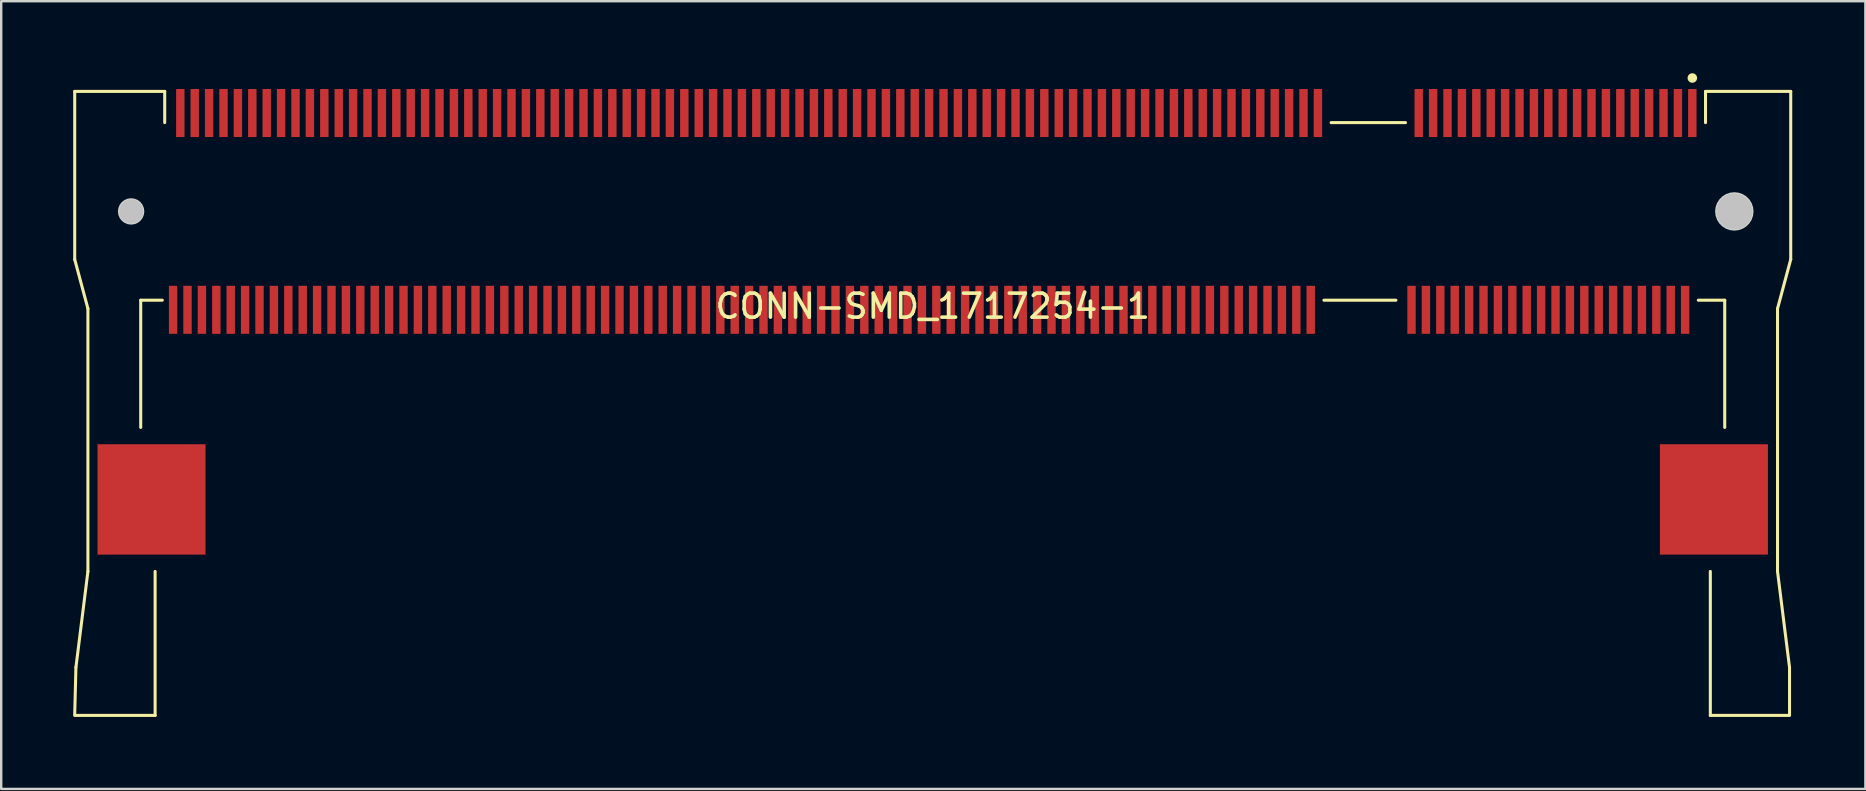
<source format=kicad_pcb>
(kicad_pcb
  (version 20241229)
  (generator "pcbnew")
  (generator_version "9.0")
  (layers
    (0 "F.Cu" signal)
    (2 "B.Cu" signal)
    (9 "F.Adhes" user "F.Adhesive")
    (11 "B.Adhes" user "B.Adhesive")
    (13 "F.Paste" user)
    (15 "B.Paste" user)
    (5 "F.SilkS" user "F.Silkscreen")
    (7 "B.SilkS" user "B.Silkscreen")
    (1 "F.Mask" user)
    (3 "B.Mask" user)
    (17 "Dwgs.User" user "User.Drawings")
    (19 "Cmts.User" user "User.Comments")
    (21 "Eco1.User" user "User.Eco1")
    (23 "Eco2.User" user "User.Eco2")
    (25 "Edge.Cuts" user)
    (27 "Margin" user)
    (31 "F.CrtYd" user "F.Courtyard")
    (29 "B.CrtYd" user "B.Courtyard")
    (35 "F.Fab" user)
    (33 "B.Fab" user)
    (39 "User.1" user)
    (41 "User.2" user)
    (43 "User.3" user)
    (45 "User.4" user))
  (footprint "CONN-SMD_1717254-1"
    (layer "F.Cu")
    (at 35.813 9.709)
    (property "Reference" "CONN-SMD_1717254-1" (at 0 0 0) (layer "F.SilkS") (effects (font (size 1 1) (thickness 0.15))))
    (fp_line (start -35.75 -8.95) (end -32 -8.95) (stroke (width 0.127) (type default)) (layer "F.SilkS"))
    (fp_line (start -35.75 -1.95) (end -35.75 -8.95) (stroke (width 0.127) (type default)) (layer "F.SilkS"))
    (fp_line (start -35.75 17) (end -35.7 15.05) (stroke (width 0.127) (type default)) (layer "F.SilkS"))
    (fp_line (start -35.7 15.05) (end -35.2 11.05) (stroke (width 0.127) (type default)) (layer "F.SilkS"))
    (fp_line (start -35.2 0.1) (end -35.75 -1.95) (stroke (width 0.127) (type default)) (layer "F.SilkS"))
    (fp_line (start -35.2 11.05) (end -35.2 0.1) (stroke (width 0.127) (type default)) (layer "F.SilkS"))
    (fp_line (start -33 -0.25) (end -33 5.05) (stroke (width 0.127) (type default)) (layer "F.SilkS"))
    (fp_line (start -32.4 11.05) (end -32.4 17.05) (stroke (width 0.127) (type default)) (layer "F.SilkS"))
    (fp_line (start -32.4 17.05) (end -35.75 17.05) (stroke (width 0.127) (type default)) (layer "F.SilkS"))
    (fp_line (start -32.1 -0.25) (end -33 -0.25) (stroke (width 0.127) (type default)) (layer "F.SilkS"))
    (fp_line (start -32 -8.95) (end -32 -7.65) (stroke (width 0.127) (type default)) (layer "F.SilkS"))
    (fp_line (start 16.3 -0.25) (end 19.3 -0.25) (stroke (width 0.127) (type default)) (layer "F.SilkS"))
    (fp_line (start 16.6 -7.65) (end 19.7 -7.65) (stroke (width 0.127) (type default)) (layer "F.SilkS"))
    (fp_line (start 32.2 -8.95) (end 35.75 -8.95) (stroke (width 0.127) (type default)) (layer "F.SilkS"))
    (fp_line (start 32.2 -7.65) (end 32.2 -8.95) (stroke (width 0.127) (type default)) (layer "F.SilkS"))
    (fp_line (start 32.4 17.05) (end 32.4 11.05) (stroke (width 0.127) (type default)) (layer "F.SilkS"))
    (fp_line (start 33 -0.25) (end 31.9 -0.25) (stroke (width 0.127) (type default)) (layer "F.SilkS"))
    (fp_line (start 33 5.05) (end 33 -0.25) (stroke (width 0.127) (type default)) (layer "F.SilkS"))
    (fp_line (start 35.2 0.1) (end 35.2 11.05) (stroke (width 0.127) (type default)) (layer "F.SilkS"))
    (fp_line (start 35.2 11.05) (end 35.7 15.05) (stroke (width 0.127) (type default)) (layer "F.SilkS"))
    (fp_line (start 35.69 17.05) (end 32.4 17.05) (stroke (width 0.127) (type default)) (layer "F.SilkS"))
    (fp_line (start 35.7 15.05) (end 35.7 17.04) (stroke (width 0.127) (type default)) (layer "F.SilkS"))
    (fp_line (start 35.75 -8.95) (end 35.75 -1.95) (stroke (width 0.127) (type default)) (layer "F.SilkS"))
    (fp_line (start 35.75 -1.95) (end 35.2 0.1) (stroke (width 0.127) (type default)) (layer "F.SilkS"))
    (fp_arc (start 31.7495 -9.4955) (mid 31.550344 -9.509247) (end 31.75 -9.5) (stroke (width 0.2) (type default)) (layer "F.SilkS"))
    (fp_circle (center -33.4 -3.95) (end -33.15 -3.95) (stroke (width 0.5) (type default)) (fill no) (layer "Dwgs.User"))
    (fp_circle (center 33.4 -3.95) (end 33.775 -3.95) (stroke (width 0.75) (type default)) (fill no) (layer "Dwgs.User"))
    (fp_poly (pts (xy -32.85 -3.95) (xy -32.869 -4.092) (xy -32.924 -4.225) (xy -33.011 -4.339) (xy -33.125 -4.426) (xy -33.258 -4.481) (xy -33.4 -4.5) (xy -33.542 -4.481) (xy -33.675 -4.426) (xy -33.789 -4.339) (xy -33.876 -4.225) (xy -33.931 -4.092) (xy -33.95 -3.95) (xy -33.931 -3.808) (xy -33.876 -3.675) (xy -33.789 -3.561) (xy -33.675 -3.474) (xy -33.542 -3.419) (xy -33.4 -3.4) (xy -33.258 -3.419) (xy -33.125 -3.474) (xy -33.011 -3.561) (xy -32.924 -3.675) (xy -32.869 -3.808)) (stroke (width 0) (type default)) (fill yes) (layer "Edge.Cuts"))
    (fp_poly (pts (xy 34.2 -3.95) (xy 34.18 -4.128) (xy 34.121 -4.297) (xy 34.025 -4.449) (xy 33.899 -4.575) (xy 33.747 -4.671) (xy 33.578 -4.73) (xy 33.4 -4.75) (xy 33.222 -4.73) (xy 33.053 -4.671) (xy 32.901 -4.575) (xy 32.775 -4.449) (xy 32.679 -4.297) (xy 32.62 -4.128) (xy 32.6 -3.95) (xy 32.62 -3.772) (xy 32.679 -3.603) (xy 32.775 -3.451) (xy 32.901 -3.325) (xy 33.053 -3.229) (xy 33.222 -3.17) (xy 33.4 -3.15) (xy 33.578 -3.17) (xy 33.747 -3.229) (xy 33.899 -3.325) (xy 34.025 -3.451) (xy 34.121 -3.603) (xy 34.18 -3.772)) (stroke (width 0) (type default)) (fill yes) (layer "Edge.Cuts"))
    (fp_poly (pts (xy -34.01 6.555) (xy -31.085 6.555) (xy -31.085 9.545) (xy -34.01 9.545)) (stroke (width 0.1) (type default)) (fill no) (layer "User.1"))
    (fp_poly (pts (xy -31.764 -0.5) (xy -31.536 -0.5) (xy -31.536 0.8) (xy -31.764 0.8)) (stroke (width 0.1) (type default)) (fill no) (layer "User.1"))
    (fp_poly (pts (xy -31.463 -8.7) (xy -31.236 -8.7) (xy -31.236 -7.4) (xy -31.463 -7.4)) (stroke (width 0.1) (type default)) (fill no) (layer "User.1"))
    (fp_poly (pts (xy -31.163 -0.5) (xy -30.936 -0.5) (xy -30.936 0.8) (xy -31.163 0.8)) (stroke (width 0.1) (type default)) (fill no) (layer "User.1"))
    (fp_poly (pts (xy -30.863 -8.7) (xy -30.636 -8.7) (xy -30.636 -7.4) (xy -30.863 -7.4)) (stroke (width 0.1) (type default)) (fill no) (layer "User.1"))
    (fp_poly (pts (xy -30.564 -0.5) (xy -30.337 -0.5) (xy -30.337 0.8) (xy -30.564 0.8)) (stroke (width 0.1) (type default)) (fill no) (layer "User.1"))
    (fp_poly (pts (xy -30.264 -8.7) (xy -30.037 -8.7) (xy -30.037 -7.4) (xy -30.264 -7.4)) (stroke (width 0.1) (type default)) (fill no) (layer "User.1"))
    (fp_poly (pts (xy -29.963 -0.5) (xy -29.736 -0.5) (xy -29.736 0.8) (xy -29.963 0.8)) (stroke (width 0.1) (type default)) (fill no) (layer "User.1"))
    (fp_poly (pts (xy -29.663 -8.7) (xy -29.436 -8.7) (xy -29.436 -7.4) (xy -29.663 -7.4)) (stroke (width 0.1) (type default)) (fill no) (layer "User.1"))
    (fp_poly (pts (xy -29.363 -0.5) (xy -29.136 -0.5) (xy -29.136 0.8) (xy -29.363 0.8)) (stroke (width 0.1) (type default)) (fill no) (layer "User.1"))
    (fp_poly (pts (xy -29.064 -8.7) (xy -28.836 -8.7) (xy -28.836 -7.4) (xy -29.064 -7.4)) (stroke (width 0.1) (type default)) (fill no) (layer "User.1"))
    (fp_poly (pts (xy -28.764 -0.5) (xy -28.536 -0.5) (xy -28.536 0.8) (xy -28.764 0.8)) (stroke (width 0.1) (type default)) (fill no) (layer "User.1"))
    (fp_poly (pts (xy -28.463 -8.7) (xy -28.236 -8.7) (xy -28.236 -7.4) (xy -28.463 -7.4)) (stroke (width 0.1) (type default)) (fill no) (layer "User.1"))
    (fp_poly (pts (xy -28.163 -0.5) (xy -27.936 -0.5) (xy -27.936 0.8) (xy -28.163 0.8)) (stroke (width 0.1) (type default)) (fill no) (layer "User.1"))
    (fp_poly (pts (xy -27.863 -8.7) (xy -27.636 -8.7) (xy -27.636 -7.4) (xy -27.863 -7.4)) (stroke (width 0.1) (type default)) (fill no) (layer "User.1"))
    (fp_poly (pts (xy -27.564 -0.5) (xy -27.337 -0.5) (xy -27.337 0.8) (xy -27.564 0.8)) (stroke (width 0.1) (type default)) (fill no) (layer "User.1"))
    (fp_poly (pts (xy -27.264 -8.7) (xy -27.037 -8.7) (xy -27.037 -7.4) (xy -27.264 -7.4)) (stroke (width 0.1) (type default)) (fill no) (layer "User.1"))
    (fp_poly (pts (xy -26.963 -0.5) (xy -26.736 -0.5) (xy -26.736 0.8) (xy -26.963 0.8)) (stroke (width 0.1) (type default)) (fill no) (layer "User.1"))
    (fp_poly (pts (xy -26.663 -8.7) (xy -26.436 -8.7) (xy -26.436 -7.4) (xy -26.663 -7.4)) (stroke (width 0.1) (type default)) (fill no) (layer "User.1"))
    (fp_poly (pts (xy -26.363 -0.5) (xy -26.136 -0.5) (xy -26.136 0.8) (xy -26.363 0.8)) (stroke (width 0.1) (type default)) (fill no) (layer "User.1"))
    (fp_poly (pts (xy -26.064 -8.7) (xy -25.836 -8.7) (xy -25.836 -7.4) (xy -26.064 -7.4)) (stroke (width 0.1) (type default)) (fill no) (layer "User.1"))
    (fp_poly (pts (xy -25.764 -0.5) (xy -25.536 -0.5) (xy -25.536 0.8) (xy -25.764 0.8)) (stroke (width 0.1) (type default)) (fill no) (layer "User.1"))
    (fp_poly (pts (xy -25.463 -8.7) (xy -25.236 -8.7) (xy -25.236 -7.4) (xy -25.463 -7.4)) (stroke (width 0.1) (type default)) (fill no) (layer "User.1"))
    (fp_poly (pts (xy -25.163 -0.5) (xy -24.936 -0.5) (xy -24.936 0.8) (xy -25.163 0.8)) (stroke (width 0.1) (type default)) (fill no) (layer "User.1"))
    (fp_poly (pts (xy -24.864 -8.7) (xy -24.636 -8.7) (xy -24.636 -7.4) (xy -24.864 -7.4)) (stroke (width 0.1) (type default)) (fill no) (layer "User.1"))
    (fp_poly (pts (xy -24.564 -0.5) (xy -24.337 -0.5) (xy -24.337 0.8) (xy -24.564 0.8)) (stroke (width 0.1) (type default)) (fill no) (layer "User.1"))
    (fp_poly (pts (xy -24.264 -8.7) (xy -24.037 -8.7) (xy -24.037 -7.4) (xy -24.264 -7.4)) (stroke (width 0.1) (type default)) (fill no) (layer "User.1"))
    (fp_poly (pts (xy -23.963 -0.5) (xy -23.736 -0.5) (xy -23.736 0.8) (xy -23.963 0.8)) (stroke (width 0.1) (type default)) (fill no) (layer "User.1"))
    (fp_poly (pts (xy -23.663 -8.7) (xy -23.436 -8.7) (xy -23.436 -7.4) (xy -23.663 -7.4)) (stroke (width 0.1) (type default)) (fill no) (layer "User.1"))
    (fp_poly (pts (xy -23.363 -0.5) (xy -23.136 -0.5) (xy -23.136 0.8) (xy -23.363 0.8)) (stroke (width 0.1) (type default)) (fill no) (layer "User.1"))
    (fp_poly (pts (xy -23.064 -8.7) (xy -22.836 -8.7) (xy -22.836 -7.4) (xy -23.064 -7.4)) (stroke (width 0.1) (type default)) (fill no) (layer "User.1"))
    (fp_poly (pts (xy -22.764 -0.5) (xy -22.536 -0.5) (xy -22.536 0.8) (xy -22.764 0.8)) (stroke (width 0.1) (type default)) (fill no) (layer "User.1"))
    (fp_poly (pts (xy -22.463 -8.7) (xy -22.236 -8.7) (xy -22.236 -7.4) (xy -22.463 -7.4)) (stroke (width 0.1) (type default)) (fill no) (layer "User.1"))
    (fp_poly (pts (xy -22.163 -0.5) (xy -21.936 -0.5) (xy -21.936 0.8) (xy -22.163 0.8)) (stroke (width 0.1) (type default)) (fill no) (layer "User.1"))
    (fp_poly (pts (xy -21.864 -8.7) (xy -21.637 -8.7) (xy -21.637 -7.4) (xy -21.864 -7.4)) (stroke (width 0.1) (type default)) (fill no) (layer "User.1"))
    (fp_poly (pts (xy -21.564 -0.5) (xy -21.337 -0.5) (xy -21.337 0.8) (xy -21.564 0.8)) (stroke (width 0.1) (type default)) (fill no) (layer "User.1"))
    (fp_poly (pts (xy -21.264 -8.7) (xy -21.037 -8.7) (xy -21.037 -7.4) (xy -21.264 -7.4)) (stroke (width 0.1) (type default)) (fill no) (layer "User.1"))
    (fp_poly (pts (xy -20.963 -0.5) (xy -20.736 -0.5) (xy -20.736 0.8) (xy -20.963 0.8)) (stroke (width 0.1) (type default)) (fill no) (layer "User.1"))
    (fp_poly (pts (xy -20.663 -8.7) (xy -20.436 -8.7) (xy -20.436 -7.4) (xy -20.663 -7.4)) (stroke (width 0.1) (type default)) (fill no) (layer "User.1"))
    (fp_poly (pts (xy -20.363 -0.5) (xy -20.136 -0.5) (xy -20.136 0.8) (xy -20.363 0.8)) (stroke (width 0.1) (type default)) (fill no) (layer "User.1"))
    (fp_poly (pts (xy -20.064 -8.7) (xy -19.836 -8.7) (xy -19.836 -7.4) (xy -20.064 -7.4)) (stroke (width 0.1) (type default)) (fill no) (layer "User.1"))
    (fp_poly (pts (xy -19.764 -0.5) (xy -19.536 -0.5) (xy -19.536 0.8) (xy -19.764 0.8)) (stroke (width 0.1) (type default)) (fill no) (layer "User.1"))
    (fp_poly (pts (xy -19.463 -8.7) (xy -19.236 -8.7) (xy -19.236 -7.4) (xy -19.463 -7.4)) (stroke (width 0.1) (type default)) (fill no) (layer "User.1"))
    (fp_poly (pts (xy -19.163 -0.5) (xy -18.936 -0.5) (xy -18.936 0.8) (xy -19.163 0.8)) (stroke (width 0.1) (type default)) (fill no) (layer "User.1"))
    (fp_poly (pts (xy -18.864 -8.7) (xy -18.637 -8.7) (xy -18.637 -7.4) (xy -18.864 -7.4)) (stroke (width 0.1) (type default)) (fill no) (layer "User.1"))
    (fp_poly (pts (xy -18.564 -0.5) (xy -18.337 -0.5) (xy -18.337 0.8) (xy -18.564 0.8)) (stroke (width 0.1) (type default)) (fill no) (layer "User.1"))
    (fp_poly (pts (xy -18.264 -8.7) (xy -18.037 -8.7) (xy -18.037 -7.4) (xy -18.264 -7.4)) (stroke (width 0.1) (type default)) (fill no) (layer "User.1"))
    (fp_poly (pts (xy -17.963 -0.5) (xy -17.736 -0.5) (xy -17.736 0.8) (xy -17.963 0.8)) (stroke (width 0.1) (type default)) (fill no) (layer "User.1"))
    (fp_poly (pts (xy -17.663 -8.7) (xy -17.436 -8.7) (xy -17.436 -7.4) (xy -17.663 -7.4)) (stroke (width 0.1) (type default)) (fill no) (layer "User.1"))
    (fp_poly (pts (xy -17.363 -0.5) (xy -17.136 -0.5) (xy -17.136 0.8) (xy -17.363 0.8)) (stroke (width 0.1) (type default)) (fill no) (layer "User.1"))
    (fp_poly (pts (xy -17.064 -8.7) (xy -16.836 -8.7) (xy -16.836 -7.4) (xy -17.064 -7.4)) (stroke (width 0.1) (type default)) (fill no) (layer "User.1"))
    (fp_poly (pts (xy -16.764 -0.5) (xy -16.536 -0.5) (xy -16.536 0.8) (xy -16.764 0.8)) (stroke (width 0.1) (type default)) (fill no) (layer "User.1"))
    (fp_poly (pts (xy -16.463 -8.7) (xy -16.236 -8.7) (xy -16.236 -7.4) (xy -16.463 -7.4)) (stroke (width 0.1) (type default)) (fill no) (layer "User.1"))
    (fp_poly (pts (xy -16.163 -0.5) (xy -15.936 -0.5) (xy -15.936 0.8) (xy -16.163 0.8)) (stroke (width 0.1) (type default)) (fill no) (layer "User.1"))
    (fp_poly (pts (xy -15.864 -8.7) (xy -15.636 -8.7) (xy -15.636 -7.4) (xy -15.864 -7.4)) (stroke (width 0.1) (type default)) (fill no) (layer "User.1"))
    (fp_poly (pts (xy -15.564 -0.5) (xy -15.336 -0.5) (xy -15.336 0.8) (xy -15.564 0.8)) (stroke (width 0.1) (type default)) (fill no) (layer "User.1"))
    (fp_poly (pts (xy -15.264 -8.7) (xy -15.037 -8.7) (xy -15.037 -7.4) (xy -15.264 -7.4)) (stroke (width 0.1) (type default)) (fill no) (layer "User.1"))
    (fp_poly (pts (xy -14.963 -0.5) (xy -14.736 -0.5) (xy -14.736 0.8) (xy -14.963 0.8)) (stroke (width 0.1) (type default)) (fill no) (layer "User.1"))
    (fp_poly (pts (xy -14.664 -8.7) (xy -14.436 -8.7) (xy -14.436 -7.4) (xy -14.664 -7.4)) (stroke (width 0.1) (type default)) (fill no) (layer "User.1"))
    (fp_poly (pts (xy -14.364 -0.5) (xy -14.136 -0.5) (xy -14.136 0.8) (xy -14.364 0.8)) (stroke (width 0.1) (type default)) (fill no) (layer "User.1"))
    (fp_poly (pts (xy -14.063 -8.7) (xy -13.836 -8.7) (xy -13.836 -7.4) (xy -14.063 -7.4)) (stroke (width 0.1) (type default)) (fill no) (layer "User.1"))
    (fp_poly (pts (xy -13.764 -0.5) (xy -13.536 -0.5) (xy -13.536 0.8) (xy -13.764 0.8)) (stroke (width 0.1) (type default)) (fill no) (layer "User.1"))
    (fp_poly (pts (xy -13.463 -8.7) (xy -13.236 -8.7) (xy -13.236 -7.4) (xy -13.463 -7.4)) (stroke (width 0.1) (type default)) (fill no) (layer "User.1"))
    (fp_poly (pts (xy -13.164 -0.5) (xy -12.936 -0.5) (xy -12.936 0.8) (xy -13.164 0.8)) (stroke (width 0.1) (type default)) (fill no) (layer "User.1"))
    (fp_poly (pts (xy -12.864 -8.7) (xy -12.636 -8.7) (xy -12.636 -7.4) (xy -12.864 -7.4)) (stroke (width 0.1) (type default)) (fill no) (layer "User.1"))
    (fp_poly (pts (xy -12.564 -0.5) (xy -12.336 -0.5) (xy -12.336 0.8) (xy -12.564 0.8)) (stroke (width 0.1) (type default)) (fill no) (layer "User.1"))
    (fp_poly (pts (xy -12.264 -8.7) (xy -12.037 -8.7) (xy -12.037 -7.4) (xy -12.264 -7.4)) (stroke (width 0.1) (type default)) (fill no) (layer "User.1"))
    (fp_poly (pts (xy -11.963 -0.5) (xy -11.736 -0.5) (xy -11.736 0.8) (xy -11.963 0.8)) (stroke (width 0.1) (type default)) (fill no) (layer "User.1"))
    (fp_poly (pts (xy -11.664 -8.7) (xy -11.436 -8.7) (xy -11.436 -7.4) (xy -11.664 -7.4)) (stroke (width 0.1) (type default)) (fill no) (layer "User.1"))
    (fp_poly (pts (xy -11.364 -0.5) (xy -11.136 -0.5) (xy -11.136 0.8) (xy -11.364 0.8)) (stroke (width 0.1) (type default)) (fill no) (layer "User.1"))
    (fp_poly (pts (xy -11.063 -8.7) (xy -10.836 -8.7) (xy -10.836 -7.4) (xy -11.063 -7.4)) (stroke (width 0.1) (type default)) (fill no) (layer "User.1"))
    (fp_poly (pts (xy -10.764 -0.5) (xy -10.536 -0.5) (xy -10.536 0.8) (xy -10.764 0.8)) (stroke (width 0.1) (type default)) (fill no) (layer "User.1"))
    (fp_poly (pts (xy -10.463 -8.7) (xy -10.236 -8.7) (xy -10.236 -7.4) (xy -10.463 -7.4)) (stroke (width 0.1) (type default)) (fill no) (layer "User.1"))
    (fp_poly (pts (xy -10.164 -0.5) (xy -9.937 -0.5) (xy -9.937 0.8) (xy -10.164 0.8)) (stroke (width 0.1) (type default)) (fill no) (layer "User.1"))
    (fp_poly (pts (xy -9.864 -8.7) (xy -9.636 -8.7) (xy -9.636 -7.4) (xy -9.864 -7.4)) (stroke (width 0.1) (type default)) (fill no) (layer "User.1"))
    (fp_poly (pts (xy -9.564 -0.5) (xy -9.336 -0.5) (xy -9.336 0.8) (xy -9.564 0.8)) (stroke (width 0.1) (type default)) (fill no) (layer "User.1"))
    (fp_poly (pts (xy -9.264 -8.7) (xy -9.037 -8.7) (xy -9.037 -7.4) (xy -9.264 -7.4)) (stroke (width 0.1) (type default)) (fill no) (layer "User.1"))
    (fp_poly (pts (xy -8.963 -0.5) (xy -8.736 -0.5) (xy -8.736 0.8) (xy -8.963 0.8)) (stroke (width 0.1) (type default)) (fill no) (layer "User.1"))
    (fp_poly (pts (xy -8.664 -8.7) (xy -8.436 -8.7) (xy -8.436 -7.4) (xy -8.664 -7.4)) (stroke (width 0.1) (type default)) (fill no) (layer "User.1"))
    (fp_poly (pts (xy -8.364 -0.5) (xy -8.136 -0.5) (xy -8.136 0.8) (xy -8.364 0.8)) (stroke (width 0.1) (type default)) (fill no) (layer "User.1"))
    (fp_poly (pts (xy -8.063 -8.7) (xy -7.836 -8.7) (xy -7.836 -7.4) (xy -8.063 -7.4)) (stroke (width 0.1) (type default)) (fill no) (layer "User.1"))
    (fp_poly (pts (xy -7.763 -0.5) (xy -7.536 -0.5) (xy -7.536 0.8) (xy -7.763 0.8)) (stroke (width 0.1) (type default)) (fill no) (layer "User.1"))
    (fp_poly (pts (xy -7.463 -8.7) (xy -7.236 -8.7) (xy -7.236 -7.4) (xy -7.463 -7.4)) (stroke (width 0.1) (type default)) (fill no) (layer "User.1"))
    (fp_poly (pts (xy -7.164 -0.5) (xy -6.936 -0.5) (xy -6.936 0.8) (xy -7.164 0.8)) (stroke (width 0.1) (type default)) (fill no) (layer "User.1"))
    (fp_poly (pts (xy -6.864 -8.7) (xy -6.636 -8.7) (xy -6.636 -7.4) (xy -6.864 -7.4)) (stroke (width 0.1) (type default)) (fill no) (layer "User.1"))
    (fp_poly (pts (xy -6.564 -0.5) (xy -6.337 -0.5) (xy -6.337 0.8) (xy -6.564 0.8)) (stroke (width 0.1) (type default)) (fill no) (layer "User.1"))
    (fp_poly (pts (xy -6.264 -8.7) (xy -6.037 -8.7) (xy -6.037 -7.4) (xy -6.264 -7.4)) (stroke (width 0.1) (type default)) (fill no) (layer "User.1"))
    (fp_poly (pts (xy -5.963 -0.5) (xy -5.736 -0.5) (xy -5.736 0.8) (xy -5.963 0.8)) (stroke (width 0.1) (type default)) (fill no) (layer "User.1"))
    (fp_poly (pts (xy -5.663 -8.7) (xy -5.436 -8.7) (xy -5.436 -7.4) (xy -5.663 -7.4)) (stroke (width 0.1) (type default)) (fill no) (layer "User.1"))
    (fp_poly (pts (xy -5.364 -0.5) (xy -5.136 -0.5) (xy -5.136 0.8) (xy -5.364 0.8)) (stroke (width 0.1) (type default)) (fill no) (layer "User.1"))
    (fp_poly (pts (xy -5.064 -8.7) (xy -4.836 -8.7) (xy -4.836 -7.4) (xy -5.064 -7.4)) (stroke (width 0.1) (type default)) (fill no) (layer "User.1"))
    (fp_poly (pts (xy -4.763 -0.5) (xy -4.536 -0.5) (xy -4.536 0.8) (xy -4.763 0.8)) (stroke (width 0.1) (type default)) (fill no) (layer "User.1"))
    (fp_poly (pts (xy -4.463 -8.7) (xy -4.236 -8.7) (xy -4.236 -7.4) (xy -4.463 -7.4)) (stroke (width 0.1) (type default)) (fill no) (layer "User.1"))
    (fp_poly (pts (xy -4.164 -0.5) (xy -3.937 -0.5) (xy -3.937 0.8) (xy -4.164 0.8)) (stroke (width 0.1) (type default)) (fill no) (layer "User.1"))
    (fp_poly (pts (xy -3.864 -8.7) (xy -3.636 -8.7) (xy -3.636 -7.4) (xy -3.864 -7.4)) (stroke (width 0.1) (type default)) (fill no) (layer "User.1"))
    (fp_poly (pts (xy -3.564 -0.5) (xy -3.337 -0.5) (xy -3.337 0.8) (xy -3.564 0.8)) (stroke (width 0.1) (type default)) (fill no) (layer "User.1"))
    (fp_poly (pts (xy -3.264 -8.7) (xy -3.037 -8.7) (xy -3.037 -7.4) (xy -3.264 -7.4)) (stroke (width 0.1) (type default)) (fill no) (layer "User.1"))
    (fp_poly (pts (xy -2.963 -0.5) (xy -2.736 -0.5) (xy -2.736 0.8) (xy -2.963 0.8)) (stroke (width 0.1) (type default)) (fill no) (layer "User.1"))
    (fp_poly (pts (xy -2.663 -8.7) (xy -2.436 -8.7) (xy -2.436 -7.4) (xy -2.663 -7.4)) (stroke (width 0.1) (type default)) (fill no) (layer "User.1"))
    (fp_poly (pts (xy -2.364 -0.5) (xy -2.136 -0.5) (xy -2.136 0.8) (xy -2.364 0.8)) (stroke (width 0.1) (type default)) (fill no) (layer "User.1"))
    (fp_poly (pts (xy -2.063 -8.7) (xy -1.836 -8.7) (xy -1.836 -7.4) (xy -2.063 -7.4)) (stroke (width 0.1) (type default)) (fill no) (layer "User.1"))
    (fp_poly (pts (xy -1.764 -0.5) (xy -1.536 -0.5) (xy -1.536 0.8) (xy -1.764 0.8)) (stroke (width 0.1) (type default)) (fill no) (layer "User.1"))
    (fp_poly (pts (xy -1.464 -8.7) (xy -1.236 -8.7) (xy -1.236 -7.4) (xy -1.464 -7.4)) (stroke (width 0.1) (type default)) (fill no) (layer "User.1"))
    (fp_poly (pts (xy -1.164 -0.5) (xy -0.936 -0.5) (xy -0.936 0.8) (xy -1.164 0.8)) (stroke (width 0.1) (type default)) (fill no) (layer "User.1"))
    (fp_poly (pts (xy -0.864 -8.7) (xy -0.636 -8.7) (xy -0.636 -7.4) (xy -0.864 -7.4)) (stroke (width 0.1) (type default)) (fill no) (layer "User.1"))
    (fp_poly (pts (xy -0.564 -0.5) (xy -0.337 -0.5) (xy -0.337 0.8) (xy -0.564 0.8)) (stroke (width 0.1) (type default)) (fill no) (layer "User.1"))
    (fp_poly (pts (xy -0.264 -8.7) (xy -0.036 -8.7) (xy -0.036 -7.4) (xy -0.264 -7.4)) (stroke (width 0.1) (type default)) (fill no) (layer "User.1"))
    (fp_poly (pts (xy 0.036 -0.5) (xy 0.264 -0.5) (xy 0.264 0.8) (xy 0.036 0.8)) (stroke (width 0.1) (type default)) (fill no) (layer "User.1"))
    (fp_poly (pts (xy 0.337 -8.7) (xy 0.564 -8.7) (xy 0.564 -7.4) (xy 0.337 -7.4)) (stroke (width 0.1) (type default)) (fill no) (layer "User.1"))
    (fp_poly (pts (xy 0.636 -0.5) (xy 0.864 -0.5) (xy 0.864 0.8) (xy 0.636 0.8)) (stroke (width 0.1) (type default)) (fill no) (layer "User.1"))
    (fp_poly (pts (xy 0.936 -8.7) (xy 1.164 -8.7) (xy 1.164 -7.4) (xy 0.936 -7.4)) (stroke (width 0.1) (type default)) (fill no) (layer "User.1"))
    (fp_poly (pts (xy 1.236 -0.5) (xy 1.464 -0.5) (xy 1.464 0.8) (xy 1.236 0.8)) (stroke (width 0.1) (type default)) (fill no) (layer "User.1"))
    (fp_poly (pts (xy 1.536 -8.7) (xy 1.764 -8.7) (xy 1.764 -7.4) (xy 1.536 -7.4)) (stroke (width 0.1) (type default)) (fill no) (layer "User.1"))
    (fp_poly (pts (xy 1.836 -0.5) (xy 2.063 -0.5) (xy 2.063 0.8) (xy 1.836 0.8)) (stroke (width 0.1) (type default)) (fill no) (layer "User.1"))
    (fp_poly (pts (xy 2.136 -8.7) (xy 2.364 -8.7) (xy 2.364 -7.4) (xy 2.136 -7.4)) (stroke (width 0.1) (type default)) (fill no) (layer "User.1"))
    (fp_poly (pts (xy 2.436 -0.5) (xy 2.663 -0.5) (xy 2.663 0.8) (xy 2.436 0.8)) (stroke (width 0.1) (type default)) (fill no) (layer "User.1"))
    (fp_poly (pts (xy 2.736 -8.7) (xy 2.963 -8.7) (xy 2.963 -7.4) (xy 2.736 -7.4)) (stroke (width 0.1) (type default)) (fill no) (layer "User.1"))
    (fp_poly (pts (xy 3.037 -0.5) (xy 3.264 -0.5) (xy 3.264 0.8) (xy 3.037 0.8)) (stroke (width 0.1) (type default)) (fill no) (layer "User.1"))
    (fp_poly (pts (xy 3.337 -8.7) (xy 3.564 -8.7) (xy 3.564 -7.4) (xy 3.337 -7.4)) (stroke (width 0.1) (type default)) (fill no) (layer "User.1"))
    (fp_poly (pts (xy 3.636 -0.5) (xy 3.864 -0.5) (xy 3.864 0.8) (xy 3.636 0.8)) (stroke (width 0.1) (type default)) (fill no) (layer "User.1"))
    (fp_poly (pts (xy 3.937 -8.7) (xy 4.164 -8.7) (xy 4.164 -7.4) (xy 3.937 -7.4)) (stroke (width 0.1) (type default)) (fill no) (layer "User.1"))
    (fp_poly (pts (xy 4.237 -0.5) (xy 4.464 -0.5) (xy 4.464 0.8) (xy 4.237 0.8)) (stroke (width 0.1) (type default)) (fill no) (layer "User.1"))
    (fp_poly (pts (xy 4.536 -8.7) (xy 4.763 -8.7) (xy 4.763 -7.4) (xy 4.536 -7.4)) (stroke (width 0.1) (type default)) (fill no) (layer "User.1"))
    (fp_poly (pts (xy 4.836 -0.5) (xy 5.064 -0.5) (xy 5.064 0.8) (xy 4.836 0.8)) (stroke (width 0.1) (type default)) (fill no) (layer "User.1"))
    (fp_poly (pts (xy 5.136 -8.7) (xy 5.364 -8.7) (xy 5.364 -7.4) (xy 5.136 -7.4)) (stroke (width 0.1) (type default)) (fill no) (layer "User.1"))
    (fp_poly (pts (xy 5.436 -0.5) (xy 5.663 -0.5) (xy 5.663 0.8) (xy 5.436 0.8)) (stroke (width 0.1) (type default)) (fill no) (layer "User.1"))
    (fp_poly (pts (xy 5.736 -8.7) (xy 5.963 -8.7) (xy 5.963 -7.4) (xy 5.736 -7.4)) (stroke (width 0.1) (type default)) (fill no) (layer "User.1"))
    (fp_poly (pts (xy 6.037 -0.5) (xy 6.264 -0.5) (xy 6.264 0.8) (xy 6.037 0.8)) (stroke (width 0.1) (type default)) (fill no) (layer "User.1"))
    (fp_poly (pts (xy 6.337 -8.7) (xy 6.564 -8.7) (xy 6.564 -7.4) (xy 6.337 -7.4)) (stroke (width 0.1) (type default)) (fill no) (layer "User.1"))
    (fp_poly (pts (xy 6.636 -0.5) (xy 6.864 -0.5) (xy 6.864 0.8) (xy 6.636 0.8)) (stroke (width 0.1) (type default)) (fill no) (layer "User.1"))
    (fp_poly (pts (xy 6.936 -8.7) (xy 7.164 -8.7) (xy 7.164 -7.4) (xy 6.936 -7.4)) (stroke (width 0.1) (type default)) (fill no) (layer "User.1"))
    (fp_poly (pts (xy 7.237 -0.5) (xy 7.464 -0.5) (xy 7.464 0.8) (xy 7.237 0.8)) (stroke (width 0.1) (type default)) (fill no) (layer "User.1"))
    (fp_poly (pts (xy 7.536 -8.7) (xy 7.763 -8.7) (xy 7.763 -7.4) (xy 7.536 -7.4)) (stroke (width 0.1) (type default)) (fill no) (layer "User.1"))
    (fp_poly (pts (xy 7.836 -0.5) (xy 8.063 -0.5) (xy 8.063 0.8) (xy 7.836 0.8)) (stroke (width 0.1) (type default)) (fill no) (layer "User.1"))
    (fp_poly (pts (xy 8.136 -8.7) (xy 8.364 -8.7) (xy 8.364 -7.4) (xy 8.136 -7.4)) (stroke (width 0.1) (type default)) (fill no) (layer "User.1"))
    (fp_poly (pts (xy 8.436 -0.5) (xy 8.664 -0.5) (xy 8.664 0.8) (xy 8.436 0.8)) (stroke (width 0.1) (type default)) (fill no) (layer "User.1"))
    (fp_poly (pts (xy 8.736 -8.7) (xy 8.963 -8.7) (xy 8.963 -7.4) (xy 8.736 -7.4)) (stroke (width 0.1) (type default)) (fill no) (layer "User.1"))
    (fp_poly (pts (xy 9.037 -0.5) (xy 9.264 -0.5) (xy 9.264 0.8) (xy 9.037 0.8)) (stroke (width 0.1) (type default)) (fill no) (layer "User.1"))
    (fp_poly (pts (xy 9.336 -8.7) (xy 9.564 -8.7) (xy 9.564 -7.4) (xy 9.336 -7.4)) (stroke (width 0.1) (type default)) (fill no) (layer "User.1"))
    (fp_poly (pts (xy 9.636 -0.5) (xy 9.864 -0.5) (xy 9.864 0.8) (xy 9.636 0.8)) (stroke (width 0.1) (type default)) (fill no) (layer "User.1"))
    (fp_poly (pts (xy 9.937 -8.7) (xy 10.164 -8.7) (xy 10.164 -7.4) (xy 9.937 -7.4)) (stroke (width 0.1) (type default)) (fill no) (layer "User.1"))
    (fp_poly (pts (xy 10.236 -0.5) (xy 10.464 -0.5) (xy 10.464 0.8) (xy 10.236 0.8)) (stroke (width 0.1) (type default)) (fill no) (layer "User.1"))
    (fp_poly (pts (xy 10.536 -8.7) (xy 10.764 -8.7) (xy 10.764 -7.4) (xy 10.536 -7.4)) (stroke (width 0.1) (type default)) (fill no) (layer "User.1"))
    (fp_poly (pts (xy 10.836 -0.5) (xy 11.063 -0.5) (xy 11.063 0.8) (xy 10.836 0.8)) (stroke (width 0.1) (type default)) (fill no) (layer "User.1"))
    (fp_poly (pts (xy 11.136 -8.7) (xy 11.364 -8.7) (xy 11.364 -7.4) (xy 11.136 -7.4)) (stroke (width 0.1) (type default)) (fill no) (layer "User.1"))
    (fp_poly (pts (xy 11.436 -0.5) (xy 11.664 -0.5) (xy 11.664 0.8) (xy 11.436 0.8)) (stroke (width 0.1) (type default)) (fill no) (layer "User.1"))
    (fp_poly (pts (xy 11.736 -8.7) (xy 11.963 -8.7) (xy 11.963 -7.4) (xy 11.736 -7.4)) (stroke (width 0.1) (type default)) (fill no) (layer "User.1"))
    (fp_poly (pts (xy 12.037 -0.5) (xy 12.264 -0.5) (xy 12.264 0.8) (xy 12.037 0.8)) (stroke (width 0.1) (type default)) (fill no) (layer "User.1"))
    (fp_poly (pts (xy 12.336 -8.7) (xy 12.564 -8.7) (xy 12.564 -7.4) (xy 12.336 -7.4)) (stroke (width 0.1) (type default)) (fill no) (layer "User.1"))
    (fp_poly (pts (xy 12.636 -0.5) (xy 12.864 -0.5) (xy 12.864 0.8) (xy 12.636 0.8)) (stroke (width 0.1) (type default)) (fill no) (layer "User.1"))
    (fp_poly (pts (xy 12.937 -8.7) (xy 13.164 -8.7) (xy 13.164 -7.4) (xy 12.937 -7.4)) (stroke (width 0.1) (type default)) (fill no) (layer "User.1"))
    (fp_poly (pts (xy 13.236 -0.5) (xy 13.464 -0.5) (xy 13.464 0.8) (xy 13.236 0.8)) (stroke (width 0.1) (type default)) (fill no) (layer "User.1"))
    (fp_poly (pts (xy 13.536 -8.7) (xy 13.764 -8.7) (xy 13.764 -7.4) (xy 13.536 -7.4)) (stroke (width 0.1) (type default)) (fill no) (layer "User.1"))
    (fp_poly (pts (xy 13.836 -0.5) (xy 14.063 -0.5) (xy 14.063 0.8) (xy 13.836 0.8)) (stroke (width 0.1) (type default)) (fill no) (layer "User.1"))
    (fp_poly (pts (xy 14.136 -8.7) (xy 14.364 -8.7) (xy 14.364 -7.4) (xy 14.136 -7.4)) (stroke (width 0.1) (type default)) (fill no) (layer "User.1"))
    (fp_poly (pts (xy 14.436 -0.5) (xy 14.664 -0.5) (xy 14.664 0.8) (xy 14.436 0.8)) (stroke (width 0.1) (type default)) (fill no) (layer "User.1"))
    (fp_poly (pts (xy 14.736 -8.7) (xy 14.963 -8.7) (xy 14.963 -7.4) (xy 14.736 -7.4)) (stroke (width 0.1) (type default)) (fill no) (layer "User.1"))
    (fp_poly (pts (xy 15.037 -0.5) (xy 15.264 -0.5) (xy 15.264 0.8) (xy 15.037 0.8)) (stroke (width 0.1) (type default)) (fill no) (layer "User.1"))
    (fp_poly (pts (xy 15.336 -8.7) (xy 15.564 -8.7) (xy 15.564 -7.4) (xy 15.336 -7.4)) (stroke (width 0.1) (type default)) (fill no) (layer "User.1"))
    (fp_poly (pts (xy 15.636 -0.5) (xy 15.864 -0.5) (xy 15.864 0.8) (xy 15.636 0.8)) (stroke (width 0.1) (type default)) (fill no) (layer "User.1"))
    (fp_poly (pts (xy 15.937 -8.7) (xy 16.164 -8.7) (xy 16.164 -7.4) (xy 15.937 -7.4)) (stroke (width 0.1) (type default)) (fill no) (layer "User.1"))
    (fp_poly (pts (xy 19.836 -0.5) (xy 20.064 -0.5) (xy 20.064 0.8) (xy 19.836 0.8)) (stroke (width 0.1) (type default)) (fill no) (layer "User.1"))
    (fp_poly (pts (xy 20.136 -8.7) (xy 20.363 -8.7) (xy 20.363 -7.4) (xy 20.136 -7.4)) (stroke (width 0.1) (type default)) (fill no) (layer "User.1"))
    (fp_poly (pts (xy 20.436 -0.5) (xy 20.663 -0.5) (xy 20.663 0.8) (xy 20.436 0.8)) (stroke (width 0.1) (type default)) (fill no) (layer "User.1"))
    (fp_poly (pts (xy 20.736 -8.7) (xy 20.963 -8.7) (xy 20.963 -7.4) (xy 20.736 -7.4)) (stroke (width 0.1) (type default)) (fill no) (layer "User.1"))
    (fp_poly (pts (xy 21.037 -0.5) (xy 21.264 -0.5) (xy 21.264 0.8) (xy 21.037 0.8)) (stroke (width 0.1) (type default)) (fill no) (layer "User.1"))
    (fp_poly (pts (xy 21.337 -8.7) (xy 21.564 -8.7) (xy 21.564 -7.4) (xy 21.337 -7.4)) (stroke (width 0.1) (type default)) (fill no) (layer "User.1"))
    (fp_poly (pts (xy 21.637 -0.5) (xy 21.864 -0.5) (xy 21.864 0.8) (xy 21.637 0.8)) (stroke (width 0.1) (type default)) (fill no) (layer "User.1"))
    (fp_poly (pts (xy 21.936 -8.7) (xy 22.164 -8.7) (xy 22.164 -7.4) (xy 21.936 -7.4)) (stroke (width 0.1) (type default)) (fill no) (layer "User.1"))
    (fp_poly (pts (xy 22.236 -0.5) (xy 22.463 -0.5) (xy 22.463 0.8) (xy 22.236 0.8)) (stroke (width 0.1) (type default)) (fill no) (layer "User.1"))
    (fp_poly (pts (xy 22.536 -8.7) (xy 22.764 -8.7) (xy 22.764 -7.4) (xy 22.536 -7.4)) (stroke (width 0.1) (type default)) (fill no) (layer "User.1"))
    (fp_poly (pts (xy 22.836 -0.5) (xy 23.064 -0.5) (xy 23.064 0.8) (xy 22.836 0.8)) (stroke (width 0.1) (type default)) (fill no) (layer "User.1"))
    (fp_poly (pts (xy 23.136 -8.7) (xy 23.363 -8.7) (xy 23.363 -7.4) (xy 23.136 -7.4)) (stroke (width 0.1) (type default)) (fill no) (layer "User.1"))
    (fp_poly (pts (xy 23.436 -0.5) (xy 23.663 -0.5) (xy 23.663 0.8) (xy 23.436 0.8)) (stroke (width 0.1) (type default)) (fill no) (layer "User.1"))
    (fp_poly (pts (xy 23.736 -8.7) (xy 23.963 -8.7) (xy 23.963 -7.4) (xy 23.736 -7.4)) (stroke (width 0.1) (type default)) (fill no) (layer "User.1"))
    (fp_poly (pts (xy 24.037 -0.5) (xy 24.264 -0.5) (xy 24.264 0.8) (xy 24.037 0.8)) (stroke (width 0.1) (type default)) (fill no) (layer "User.1"))
    (fp_poly (pts (xy 24.337 -8.7) (xy 24.564 -8.7) (xy 24.564 -7.4) (xy 24.337 -7.4)) (stroke (width 0.1) (type default)) (fill no) (layer "User.1"))
    (fp_poly (pts (xy 24.637 -0.5) (xy 24.864 -0.5) (xy 24.864 0.8) (xy 24.637 0.8)) (stroke (width 0.1) (type default)) (fill no) (layer "User.1"))
    (fp_poly (pts (xy 24.936 -8.7) (xy 25.164 -8.7) (xy 25.164 -7.4) (xy 24.936 -7.4)) (stroke (width 0.1) (type default)) (fill no) (layer "User.1"))
    (fp_poly (pts (xy 25.236 -0.5) (xy 25.463 -0.5) (xy 25.463 0.8) (xy 25.236 0.8)) (stroke (width 0.1) (type default)) (fill no) (layer "User.1"))
    (fp_poly (pts (xy 25.536 -8.7) (xy 25.764 -8.7) (xy 25.764 -7.4) (xy 25.536 -7.4)) (stroke (width 0.1) (type default)) (fill no) (layer "User.1"))
    (fp_poly (pts (xy 25.836 -0.5) (xy 26.064 -0.5) (xy 26.064 0.8) (xy 25.836 0.8)) (stroke (width 0.1) (type default)) (fill no) (layer "User.1"))
    (fp_poly (pts (xy 26.136 -8.7) (xy 26.363 -8.7) (xy 26.363 -7.4) (xy 26.136 -7.4)) (stroke (width 0.1) (type default)) (fill no) (layer "User.1"))
    (fp_poly (pts (xy 26.436 -0.5) (xy 26.663 -0.5) (xy 26.663 0.8) (xy 26.436 0.8)) (stroke (width 0.1) (type default)) (fill no) (layer "User.1"))
    (fp_poly (pts (xy 26.736 -8.7) (xy 26.963 -8.7) (xy 26.963 -7.4) (xy 26.736 -7.4)) (stroke (width 0.1) (type default)) (fill no) (layer "User.1"))
    (fp_poly (pts (xy 27.037 -0.5) (xy 27.264 -0.5) (xy 27.264 0.8) (xy 27.037 0.8)) (stroke (width 0.1) (type default)) (fill no) (layer "User.1"))
    (fp_poly (pts (xy 27.337 -8.7) (xy 27.564 -8.7) (xy 27.564 -7.4) (xy 27.337 -7.4)) (stroke (width 0.1) (type default)) (fill no) (layer "User.1"))
    (fp_poly (pts (xy 27.637 -0.5) (xy 27.864 -0.5) (xy 27.864 0.8) (xy 27.637 0.8)) (stroke (width 0.1) (type default)) (fill no) (layer "User.1"))
    (fp_poly (pts (xy 27.936 -8.7) (xy 28.163 -8.7) (xy 28.163 -7.4) (xy 27.936 -7.4)) (stroke (width 0.1) (type default)) (fill no) (layer "User.1"))
    (fp_poly (pts (xy 28.236 -0.5) (xy 28.463 -0.5) (xy 28.463 0.8) (xy 28.236 0.8)) (stroke (width 0.1) (type default)) (fill no) (layer "User.1"))
    (fp_poly (pts (xy 28.536 -8.7) (xy 28.764 -8.7) (xy 28.764 -7.4) (xy 28.536 -7.4)) (stroke (width 0.1) (type default)) (fill no) (layer "User.1"))
    (fp_poly (pts (xy 28.836 -0.5) (xy 29.064 -0.5) (xy 29.064 0.8) (xy 28.836 0.8)) (stroke (width 0.1) (type default)) (fill no) (layer "User.1"))
    (fp_poly (pts (xy 29.136 -8.7) (xy 29.363 -8.7) (xy 29.363 -7.4) (xy 29.136 -7.4)) (stroke (width 0.1) (type default)) (fill no) (layer "User.1"))
    (fp_poly (pts (xy 29.436 -0.5) (xy 29.663 -0.5) (xy 29.663 0.8) (xy 29.436 0.8)) (stroke (width 0.1) (type default)) (fill no) (layer "User.1"))
    (fp_poly (pts (xy 29.736 -8.7) (xy 29.963 -8.7) (xy 29.963 -7.4) (xy 29.736 -7.4)) (stroke (width 0.1) (type default)) (fill no) (layer "User.1"))
    (fp_poly (pts (xy 30.037 -0.5) (xy 30.264 -0.5) (xy 30.264 0.8) (xy 30.037 0.8)) (stroke (width 0.1) (type default)) (fill no) (layer "User.1"))
    (fp_poly (pts (xy 30.337 -8.7) (xy 30.564 -8.7) (xy 30.564 -7.4) (xy 30.337 -7.4)) (stroke (width 0.1) (type default)) (fill no) (layer "User.1"))
    (fp_poly (pts (xy 30.637 -0.5) (xy 30.864 -0.5) (xy 30.864 0.8) (xy 30.637 0.8)) (stroke (width 0.1) (type default)) (fill no) (layer "User.1"))
    (fp_poly (pts (xy 30.936 -8.7) (xy 31.163 -8.7) (xy 31.163 -7.4) (xy 30.936 -7.4)) (stroke (width 0.1) (type default)) (fill no) (layer "User.1"))
    (fp_poly (pts (xy 31.085 6.555) (xy 34.01 6.555) (xy 34.01 9.545) (xy 31.085 9.545)) (stroke (width 0.1) (type default)) (fill no) (layer "User.1"))
    (fp_poly (pts (xy 31.236 -0.5) (xy 31.463 -0.5) (xy 31.463 0.8) (xy 31.236 0.8)) (stroke (width 0.1) (type default)) (fill no) (layer "User.1"))
    (fp_poly (pts (xy 31.536 -8.7) (xy 31.764 -8.7) (xy 31.764 -7.4) (xy 31.536 -7.4)) (stroke (width 0.1) (type default)) (fill no) (layer "User.1"))
    (fp_poly (pts (xy -31.085 6.555) (xy -31.085 9.545) (xy -34.01 9.545) (xy -34.01 0.095) (xy -34 0.095) (xy -34 6.555)) (stroke (width 0.1) (type default)) (fill no) (layer "User.1"))
    (fp_poly (pts (xy 31.085 9.545) (xy 34.01 9.545) (xy 34.01 -0.12) (xy 34.005 -0.12) (xy 34.005 6.555) (xy 31.085 6.555)) (stroke (width 0.1) (type default)) (fill no) (layer "User.1"))
    (fp_line (start -35.75 -8.95) (end -35.75 -1.95) (stroke (width 0.051) (type default)) (layer "User.2"))
    (fp_line (start -35.75 -1.95) (end -35.2 0.1) (stroke (width 0.051) (type default)) (layer "User.2"))
    (fp_line (start -35.2 0.1) (end -33 0.1) (stroke (width 0.051) (type default)) (layer "User.2"))
    (fp_line (start -33 -0.25) (end 33 -0.25) (stroke (width 0.051) (type default)) (layer "User.2"))
    (fp_line (start -33 0.1) (end -33 -0.25) (stroke (width 0.051) (type default)) (layer "User.2"))
    (fp_line (start 33 -0.25) (end 35.2 0.1) (stroke (width 0.051) (type default)) (layer "User.2"))
    (fp_line (start 35.2 0.1) (end 35.75 -1.95) (stroke (width 0.051) (type default)) (layer "User.2"))
    (fp_line (start 35.75 -8.95) (end -35.75 -8.95) (stroke (width 0.051) (type default)) (layer "User.2"))
    (fp_line (start 35.75 -1.95) (end 35.75 -8.95) (stroke (width 0.051) (type default)) (layer "User.2"))
    (fp_poly (pts (xy 35.81 -8.95) (xy 35.792 -8.992) (xy 35.75 -9.01) (xy 35.708 -8.992) (xy 35.69 -8.95) (xy 35.708 -8.908) (xy 35.75 -8.89) (xy 35.792 -8.908)) (stroke (width 0.1) (type default)) (fill no) (layer "User.3"))
    (pad "1" smd custom (at 31.65 -8.05) (size 0.000001 0.000001) (layers "F.Cu" "F.Mask" "F.Paste") (options (anchor circle)) (primitives (gr_poly (pts (xy -0.175 -1) (xy 0.175 -1) (xy 0.175 1) (xy -0.175 1)) (width 0) (fill yes))))
    (pad "2" smd custom (at 31.35 0.15) (size 0.000001 0.000001) (layers "F.Cu" "F.Mask" "F.Paste") (options (anchor circle)) (primitives (gr_poly (pts (xy -0.175 -1) (xy 0.175 -1) (xy 0.175 1) (xy -0.175 1)) (width 0) (fill yes))))
    (pad "3" smd custom (at 31.05 -8.05) (size 0.000001 0.000001) (layers "F.Cu" "F.Mask" "F.Paste") (options (anchor circle)) (primitives (gr_poly (pts (xy -0.175 -1) (xy 0.175 -1) (xy 0.175 1) (xy -0.175 1)) (width 0) (fill yes))))
    (pad "4" smd custom (at 30.75 0.15) (size 0.000001 0.000001) (layers "F.Cu" "F.Mask" "F.Paste") (options (anchor circle)) (primitives (gr_poly (pts (xy -0.175 -1) (xy 0.175 -1) (xy 0.175 1) (xy -0.175 1)) (width 0) (fill yes))))
    (pad "5" smd custom (at 30.45 -8.05) (size 0.000001 0.000001) (layers "F.Cu" "F.Mask" "F.Paste") (options (anchor circle)) (primitives (gr_poly (pts (xy -0.175 -1) (xy 0.175 -1) (xy 0.175 1) (xy -0.175 1)) (width 0) (fill yes))))
    (pad "6" smd custom (at 30.15 0.15) (size 0.000001 0.000001) (layers "F.Cu" "F.Mask" "F.Paste") (options (anchor circle)) (primitives (gr_poly (pts (xy -0.175 -1) (xy 0.175 -1) (xy 0.175 1) (xy -0.175 1)) (width 0) (fill yes))))
    (pad "7" smd custom (at 29.85 -8.05) (size 0.000001 0.000001) (layers "F.Cu" "F.Mask" "F.Paste") (options (anchor circle)) (primitives (gr_poly (pts (xy -0.175 -1) (xy 0.175 -1) (xy 0.175 1) (xy -0.175 1)) (width 0) (fill yes))))
    (pad "8" smd custom (at 29.55 0.15) (size 0.000001 0.000001) (layers "F.Cu" "F.Mask" "F.Paste") (options (anchor circle)) (primitives (gr_poly (pts (xy -0.175 -1) (xy 0.175 -1) (xy 0.175 1) (xy -0.175 1)) (width 0) (fill yes))))
    (pad "9" smd custom (at 29.25 -8.05) (size 0.000001 0.000001) (layers "F.Cu" "F.Mask" "F.Paste") (options (anchor circle)) (primitives (gr_poly (pts (xy -0.175 -1) (xy 0.175 -1) (xy 0.175 1) (xy -0.175 1)) (width 0) (fill yes))))
    (pad "10" smd custom (at 28.95 0.15) (size 0.000001 0.000001) (layers "F.Cu" "F.Mask" "F.Paste") (options (anchor circle)) (primitives (gr_poly (pts (xy -0.175 -1) (xy 0.175 -1) (xy 0.175 1) (xy -0.175 1)) (width 0) (fill yes))))
    (pad "11" smd custom (at 28.65 -8.05) (size 0.000001 0.000001) (layers "F.Cu" "F.Mask" "F.Paste") (options (anchor circle)) (primitives (gr_poly (pts (xy -0.175 -1) (xy 0.175 -1) (xy 0.175 1) (xy -0.175 1)) (width 0) (fill yes))))
    (pad "12" smd custom (at 28.35 0.15) (size 0.000001 0.000001) (layers "F.Cu" "F.Mask" "F.Paste") (options (anchor circle)) (primitives (gr_poly (pts (xy -0.175 -1) (xy 0.175 -1) (xy 0.175 1) (xy -0.175 1)) (width 0) (fill yes))))
    (pad "13" smd custom (at 28.05 -8.05) (size 0.000001 0.000001) (layers "F.Cu" "F.Mask" "F.Paste") (options (anchor circle)) (primitives (gr_poly (pts (xy -0.175 -1) (xy 0.175 -1) (xy 0.175 1) (xy -0.175 1)) (width 0) (fill yes))))
    (pad "14" smd custom (at 27.75 0.15) (size 0.000001 0.000001) (layers "F.Cu" "F.Mask" "F.Paste") (options (anchor circle)) (primitives (gr_poly (pts (xy -0.175 -1) (xy 0.175 -1) (xy 0.175 1) (xy -0.175 1)) (width 0) (fill yes))))
    (pad "15" smd custom (at 27.45 -8.05) (size 0.000001 0.000001) (layers "F.Cu" "F.Mask" "F.Paste") (options (anchor circle)) (primitives (gr_poly (pts (xy -0.175 -1) (xy 0.175 -1) (xy 0.175 1) (xy -0.175 1)) (width 0) (fill yes))))
    (pad "16" smd custom (at 27.15 0.15) (size 0.000001 0.000001) (layers "F.Cu" "F.Mask" "F.Paste") (options (anchor circle)) (primitives (gr_poly (pts (xy -0.175 -1) (xy 0.175 -1) (xy 0.175 1) (xy -0.175 1)) (width 0) (fill yes))))
    (pad "17" smd custom (at 26.85 -8.05) (size 0.000001 0.000001) (layers "F.Cu" "F.Mask" "F.Paste") (options (anchor circle)) (primitives (gr_poly (pts (xy -0.175 -1) (xy 0.175 -1) (xy 0.175 1) (xy -0.175 1)) (width 0) (fill yes))))
    (pad "18" smd custom (at 26.55 0.15) (size 0.000001 0.000001) (layers "F.Cu" "F.Mask" "F.Paste") (options (anchor circle)) (primitives (gr_poly (pts (xy -0.175 -1) (xy 0.175 -1) (xy 0.175 1) (xy -0.175 1)) (width 0) (fill yes))))
    (pad "19" smd custom (at 26.25 -8.05) (size 0.000001 0.000001) (layers "F.Cu" "F.Mask" "F.Paste") (options (anchor circle)) (primitives (gr_poly (pts (xy -0.175 -1) (xy 0.175 -1) (xy 0.175 1) (xy -0.175 1)) (width 0) (fill yes))))
    (pad "20" smd custom (at 25.95 0.15) (size 0.000001 0.000001) (layers "F.Cu" "F.Mask" "F.Paste") (options (anchor circle)) (primitives (gr_poly (pts (xy -0.175 -1) (xy 0.175 -1) (xy 0.175 1) (xy -0.175 1)) (width 0) (fill yes))))
    (pad "21" smd custom (at 25.65 -8.05) (size 0.000001 0.000001) (layers "F.Cu" "F.Mask" "F.Paste") (options (anchor circle)) (primitives (gr_poly (pts (xy -0.175 -1) (xy 0.175 -1) (xy 0.175 1) (xy -0.175 1)) (width 0) (fill yes))))
    (pad "22" smd custom (at 25.35 0.15) (size 0.000001 0.000001) (layers "F.Cu" "F.Mask" "F.Paste") (options (anchor circle)) (primitives (gr_poly (pts (xy -0.175 -1) (xy 0.175 -1) (xy 0.175 1) (xy -0.175 1)) (width 0) (fill yes))))
    (pad "23" smd custom (at 25.05 -8.05) (size 0.000001 0.000001) (layers "F.Cu" "F.Mask" "F.Paste") (options (anchor circle)) (primitives (gr_poly (pts (xy -0.175 -1) (xy 0.175 -1) (xy 0.175 1) (xy -0.175 1)) (width 0) (fill yes))))
    (pad "24" smd custom (at 24.75 0.15) (size 0.000001 0.000001) (layers "F.Cu" "F.Mask" "F.Paste") (options (anchor circle)) (primitives (gr_poly (pts (xy -0.175 -1) (xy 0.175 -1) (xy 0.175 1) (xy -0.175 1)) (width 0) (fill yes))))
    (pad "25" smd custom (at 24.45 -8.05) (size 0.000001 0.000001) (layers "F.Cu" "F.Mask" "F.Paste") (options (anchor circle)) (primitives (gr_poly (pts (xy -0.175 -1) (xy 0.175 -1) (xy 0.175 1) (xy -0.175 1)) (width 0) (fill yes))))
    (pad "26" smd custom (at 24.15 0.15) (size 0.000001 0.000001) (layers "F.Cu" "F.Mask" "F.Paste") (options (anchor circle)) (primitives (gr_poly (pts (xy -0.175 -1) (xy 0.175 -1) (xy 0.175 1) (xy -0.175 1)) (width 0) (fill yes))))
    (pad "27" smd custom (at 23.85 -8.05) (size 0.000001 0.000001) (layers "F.Cu" "F.Mask" "F.Paste") (options (anchor circle)) (primitives (gr_poly (pts (xy -0.175 -1) (xy 0.175 -1) (xy 0.175 1) (xy -0.175 1)) (width 0) (fill yes))))
    (pad "28" smd custom (at 23.55 0.15) (size 0.000001 0.000001) (layers "F.Cu" "F.Mask" "F.Paste") (options (anchor circle)) (primitives (gr_poly (pts (xy -0.175 -1) (xy 0.175 -1) (xy 0.175 1) (xy -0.175 1)) (width 0) (fill yes))))
    (pad "29" smd custom (at 23.25 -8.05) (size 0.000001 0.000001) (layers "F.Cu" "F.Mask" "F.Paste") (options (anchor circle)) (primitives (gr_poly (pts (xy -0.175 -1) (xy 0.175 -1) (xy 0.175 1) (xy -0.175 1)) (width 0) (fill yes))))
    (pad "30" smd custom (at 22.95 0.15) (size 0.000001 0.000001) (layers "F.Cu" "F.Mask" "F.Paste") (options (anchor circle)) (primitives (gr_poly (pts (xy -0.175 -1) (xy 0.175 -1) (xy 0.175 1) (xy -0.175 1)) (width 0) (fill yes))))
    (pad "31" smd custom (at 22.65 -8.05) (size 0.000001 0.000001) (layers "F.Cu" "F.Mask" "F.Paste") (options (anchor circle)) (primitives (gr_poly (pts (xy -0.175 -1) (xy 0.175 -1) (xy 0.175 1) (xy -0.175 1)) (width 0) (fill yes))))
    (pad "32" smd custom (at 22.35 0.15) (size 0.000001 0.000001) (layers "F.Cu" "F.Mask" "F.Paste") (options (anchor circle)) (primitives (gr_poly (pts (xy -0.175 -1) (xy 0.175 -1) (xy 0.175 1) (xy -0.175 1)) (width 0) (fill yes))))
    (pad "33" smd custom (at 22.05 -8.05) (size 0.000001 0.000001) (layers "F.Cu" "F.Mask" "F.Paste") (options (anchor circle)) (primitives (gr_poly (pts (xy -0.175 -1) (xy 0.175 -1) (xy 0.175 1) (xy -0.175 1)) (width 0) (fill yes))))
    (pad "34" smd custom (at 21.75 0.15) (size 0.000001 0.000001) (layers "F.Cu" "F.Mask" "F.Paste") (options (anchor circle)) (primitives (gr_poly (pts (xy -0.175 -1) (xy 0.175 -1) (xy 0.175 1) (xy -0.175 1)) (width 0) (fill yes))))
    (pad "35" smd custom (at 21.45 -8.05) (size 0.000001 0.000001) (layers "F.Cu" "F.Mask" "F.Paste") (options (anchor circle)) (primitives (gr_poly (pts (xy -0.175 -1) (xy 0.175 -1) (xy 0.175 1) (xy -0.175 1)) (width 0) (fill yes))))
    (pad "36" smd custom (at 21.15 0.15) (size 0.000001 0.000001) (layers "F.Cu" "F.Mask" "F.Paste") (options (anchor circle)) (primitives (gr_poly (pts (xy -0.175 -1) (xy 0.175 -1) (xy 0.175 1) (xy -0.175 1)) (width 0) (fill yes))))
    (pad "37" smd custom (at 20.85 -8.05) (size 0.000001 0.000001) (layers "F.Cu" "F.Mask" "F.Paste") (options (anchor circle)) (primitives (gr_poly (pts (xy -0.175 -1) (xy 0.175 -1) (xy 0.175 1) (xy -0.175 1)) (width 0) (fill yes))))
    (pad "38" smd custom (at 20.55 0.15) (size 0.000001 0.000001) (layers "F.Cu" "F.Mask" "F.Paste") (options (anchor circle)) (primitives (gr_poly (pts (xy -0.175 -1) (xy 0.175 -1) (xy 0.175 1) (xy -0.175 1)) (width 0) (fill yes))))
    (pad "39" smd custom (at 20.25 -8.05) (size 0.000001 0.000001) (layers "F.Cu" "F.Mask" "F.Paste") (options (anchor circle)) (primitives (gr_poly (pts (xy -0.175 -1) (xy 0.175 -1) (xy 0.175 1) (xy -0.175 1)) (width 0) (fill yes))))
    (pad "40" smd custom (at 19.95 0.15) (size 0.000001 0.000001) (layers "F.Cu" "F.Mask" "F.Paste") (options (anchor circle)) (primitives (gr_poly (pts (xy -0.175 -1) (xy 0.175 -1) (xy 0.175 1) (xy -0.175 1)) (width 0) (fill yes))))
    (pad "41" smd custom (at 16.05 -8.05) (size 0.000001 0.000001) (layers "F.Cu" "F.Mask" "F.Paste") (options (anchor circle)) (primitives (gr_poly (pts (xy -0.175 -1) (xy 0.175 -1) (xy 0.175 1) (xy -0.175 1)) (width 0) (fill yes))))
    (pad "42" smd custom (at 15.75 0.15) (size 0.000001 0.000001) (layers "F.Cu" "F.Mask" "F.Paste") (options (anchor circle)) (primitives (gr_poly (pts (xy -0.175 -1) (xy 0.175 -1) (xy 0.175 1) (xy -0.175 1)) (width 0) (fill yes))))
    (pad "43" smd custom (at 15.45 -8.05) (size 0.000001 0.000001) (layers "F.Cu" "F.Mask" "F.Paste") (options (anchor circle)) (primitives (gr_poly (pts (xy -0.175 -1) (xy 0.175 -1) (xy 0.175 1) (xy -0.175 1)) (width 0) (fill yes))))
    (pad "44" smd custom (at 15.15 0.15) (size 0.000001 0.000001) (layers "F.Cu" "F.Mask" "F.Paste") (options (anchor circle)) (primitives (gr_poly (pts (xy -0.175 -1) (xy 0.175 -1) (xy 0.175 1) (xy -0.175 1)) (width 0) (fill yes))))
    (pad "45" smd custom (at 14.85 -8.05) (size 0.000001 0.000001) (layers "F.Cu" "F.Mask" "F.Paste") (options (anchor circle)) (primitives (gr_poly (pts (xy -0.175 -1) (xy 0.175 -1) (xy 0.175 1) (xy -0.175 1)) (width 0) (fill yes))))
    (pad "46" smd custom (at 14.55 0.15) (size 0.000001 0.000001) (layers "F.Cu" "F.Mask" "F.Paste") (options (anchor circle)) (primitives (gr_poly (pts (xy -0.175 -1) (xy 0.175 -1) (xy 0.175 1) (xy -0.175 1)) (width 0) (fill yes))))
    (pad "47" smd custom (at 14.25 -8.05) (size 0.000001 0.000001) (layers "F.Cu" "F.Mask" "F.Paste") (options (anchor circle)) (primitives (gr_poly (pts (xy -0.175 -1) (xy 0.175 -1) (xy 0.175 1) (xy -0.175 1)) (width 0) (fill yes))))
    (pad "48" smd custom (at 13.95 0.15) (size 0.000001 0.000001) (layers "F.Cu" "F.Mask" "F.Paste") (options (anchor circle)) (primitives (gr_poly (pts (xy -0.175 -1) (xy 0.175 -1) (xy 0.175 1) (xy -0.175 1)) (width 0) (fill yes))))
    (pad "49" smd custom (at 13.65 -8.05) (size 0.000001 0.000001) (layers "F.Cu" "F.Mask" "F.Paste") (options (anchor circle)) (primitives (gr_poly (pts (xy -0.175 -1) (xy 0.175 -1) (xy 0.175 1) (xy -0.175 1)) (width 0) (fill yes))))
    (pad "50" smd custom (at 13.35 0.15) (size 0.000001 0.000001) (layers "F.Cu" "F.Mask" "F.Paste") (options (anchor circle)) (primitives (gr_poly (pts (xy -0.175 -1) (xy 0.175 -1) (xy 0.175 1) (xy -0.175 1)) (width 0) (fill yes))))
    (pad "51" smd custom (at 13.05 -8.05) (size 0.000001 0.000001) (layers "F.Cu" "F.Mask" "F.Paste") (options (anchor circle)) (primitives (gr_poly (pts (xy -0.175 -1) (xy 0.175 -1) (xy 0.175 1) (xy -0.175 1)) (width 0) (fill yes))))
    (pad "52" smd custom (at 12.75 0.15) (size 0.000001 0.000001) (layers "F.Cu" "F.Mask" "F.Paste") (options (anchor circle)) (primitives (gr_poly (pts (xy -0.175 -1) (xy 0.175 -1) (xy 0.175 1) (xy -0.175 1)) (width 0) (fill yes))))
    (pad "53" smd custom (at 12.45 -8.05) (size 0.000001 0.000001) (layers "F.Cu" "F.Mask" "F.Paste") (options (anchor circle)) (primitives (gr_poly (pts (xy -0.175 -1) (xy 0.175 -1) (xy 0.175 1) (xy -0.175 1)) (width 0) (fill yes))))
    (pad "54" smd custom (at 12.15 0.15) (size 0.000001 0.000001) (layers "F.Cu" "F.Mask" "F.Paste") (options (anchor circle)) (primitives (gr_poly (pts (xy -0.175 -1) (xy 0.175 -1) (xy 0.175 1) (xy -0.175 1)) (width 0) (fill yes))))
    (pad "55" smd custom (at 11.85 -8.05) (size 0.000001 0.000001) (layers "F.Cu" "F.Mask" "F.Paste") (options (anchor circle)) (primitives (gr_poly (pts (xy -0.175 -1) (xy 0.175 -1) (xy 0.175 1) (xy -0.175 1)) (width 0) (fill yes))))
    (pad "56" smd custom (at 11.55 0.15) (size 0.000001 0.000001) (layers "F.Cu" "F.Mask" "F.Paste") (options (anchor circle)) (primitives (gr_poly (pts (xy -0.175 -1) (xy 0.175 -1) (xy 0.175 1) (xy -0.175 1)) (width 0) (fill yes))))
    (pad "57" smd custom (at 11.25 -8.05) (size 0.000001 0.000001) (layers "F.Cu" "F.Mask" "F.Paste") (options (anchor circle)) (primitives (gr_poly (pts (xy -0.175 -1) (xy 0.175 -1) (xy 0.175 1) (xy -0.175 1)) (width 0) (fill yes))))
    (pad "58" smd custom (at 10.95 0.15) (size 0.000001 0.000001) (layers "F.Cu" "F.Mask" "F.Paste") (options (anchor circle)) (primitives (gr_poly (pts (xy -0.175 -1) (xy 0.175 -1) (xy 0.175 1) (xy -0.175 1)) (width 0) (fill yes))))
    (pad "59" smd custom (at 10.65 -8.05) (size 0.000001 0.000001) (layers "F.Cu" "F.Mask" "F.Paste") (options (anchor circle)) (primitives (gr_poly (pts (xy -0.175 -1) (xy 0.175 -1) (xy 0.175 1) (xy -0.175 1)) (width 0) (fill yes))))
    (pad "60" smd custom (at 10.35 0.15) (size 0.000001 0.000001) (layers "F.Cu" "F.Mask" "F.Paste") (options (anchor circle)) (primitives (gr_poly (pts (xy -0.175 -1) (xy 0.175 -1) (xy 0.175 1) (xy -0.175 1)) (width 0) (fill yes))))
    (pad "61" smd custom (at 10.05 -8.05) (size 0.000001 0.000001) (layers "F.Cu" "F.Mask" "F.Paste") (options (anchor circle)) (primitives (gr_poly (pts (xy -0.175 -1) (xy 0.175 -1) (xy 0.175 1) (xy -0.175 1)) (width 0) (fill yes))))
    (pad "62" smd custom (at 9.75 0.15) (size 0.000001 0.000001) (layers "F.Cu" "F.Mask" "F.Paste") (options (anchor circle)) (primitives (gr_poly (pts (xy -0.175 -1) (xy 0.175 -1) (xy 0.175 1) (xy -0.175 1)) (width 0) (fill yes))))
    (pad "63" smd custom (at 9.45 -8.05) (size 0.000001 0.000001) (layers "F.Cu" "F.Mask" "F.Paste") (options (anchor circle)) (primitives (gr_poly (pts (xy -0.175 -1) (xy 0.175 -1) (xy 0.175 1) (xy -0.175 1)) (width 0) (fill yes))))
    (pad "64" smd custom (at 9.15 0.15) (size 0.000001 0.000001) (layers "F.Cu" "F.Mask" "F.Paste") (options (anchor circle)) (primitives (gr_poly (pts (xy -0.175 -1) (xy 0.175 -1) (xy 0.175 1) (xy -0.175 1)) (width 0) (fill yes))))
    (pad "65" smd custom (at 8.85 -8.05) (size 0.000001 0.000001) (layers "F.Cu" "F.Mask" "F.Paste") (options (anchor circle)) (primitives (gr_poly (pts (xy -0.175 -1) (xy 0.175 -1) (xy 0.175 1) (xy -0.175 1)) (width 0) (fill yes))))
    (pad "66" smd custom (at 8.55 0.15) (size 0.000001 0.000001) (layers "F.Cu" "F.Mask" "F.Paste") (options (anchor circle)) (primitives (gr_poly (pts (xy -0.175 -1) (xy 0.175 -1) (xy 0.175 1) (xy -0.175 1)) (width 0) (fill yes))))
    (pad "67" smd custom (at 8.25 -8.05) (size 0.000001 0.000001) (layers "F.Cu" "F.Mask" "F.Paste") (options (anchor circle)) (primitives (gr_poly (pts (xy -0.175 -1) (xy 0.175 -1) (xy 0.175 1) (xy -0.175 1)) (width 0) (fill yes))))
    (pad "68" smd custom (at 7.95 0.15) (size 0.000001 0.000001) (layers "F.Cu" "F.Mask" "F.Paste") (options (anchor circle)) (primitives (gr_poly (pts (xy -0.175 -1) (xy 0.175 -1) (xy 0.175 1) (xy -0.175 1)) (width 0) (fill yes))))
    (pad "69" smd custom (at 7.65 -8.05) (size 0.000001 0.000001) (layers "F.Cu" "F.Mask" "F.Paste") (options (anchor circle)) (primitives (gr_poly (pts (xy -0.175 -1) (xy 0.175 -1) (xy 0.175 1) (xy -0.175 1)) (width 0) (fill yes))))
    (pad "70" smd custom (at 7.35 0.15) (size 0.000001 0.000001) (layers "F.Cu" "F.Mask" "F.Paste") (options (anchor circle)) (primitives (gr_poly (pts (xy -0.175 -1) (xy 0.175 -1) (xy 0.175 1) (xy -0.175 1)) (width 0) (fill yes))))
    (pad "71" smd custom (at 7.05 -8.05) (size 0.000001 0.000001) (layers "F.Cu" "F.Mask" "F.Paste") (options (anchor circle)) (primitives (gr_poly (pts (xy -0.175 -1) (xy 0.175 -1) (xy 0.175 1) (xy -0.175 1)) (width 0) (fill yes))))
    (pad "72" smd custom (at 6.75 0.15) (size 0.000001 0.000001) (layers "F.Cu" "F.Mask" "F.Paste") (options (anchor circle)) (primitives (gr_poly (pts (xy -0.175 -1) (xy 0.175 -1) (xy 0.175 1) (xy -0.175 1)) (width 0) (fill yes))))
    (pad "73" smd custom (at 6.45 -8.05) (size 0.000001 0.000001) (layers "F.Cu" "F.Mask" "F.Paste") (options (anchor circle)) (primitives (gr_poly (pts (xy -0.175 -1) (xy 0.175 -1) (xy 0.175 1) (xy -0.175 1)) (width 0) (fill yes))))
    (pad "74" smd custom (at 6.15 0.15) (size 0.000001 0.000001) (layers "F.Cu" "F.Mask" "F.Paste") (options (anchor circle)) (primitives (gr_poly (pts (xy -0.175 -1) (xy 0.175 -1) (xy 0.175 1) (xy -0.175 1)) (width 0) (fill yes))))
    (pad "75" smd custom (at 5.85 -8.05) (size 0.000001 0.000001) (layers "F.Cu" "F.Mask" "F.Paste") (options (anchor circle)) (primitives (gr_poly (pts (xy -0.175 -1) (xy 0.175 -1) (xy 0.175 1) (xy -0.175 1)) (width 0) (fill yes))))
    (pad "76" smd custom (at 5.55 0.15) (size 0.000001 0.000001) (layers "F.Cu" "F.Mask" "F.Paste") (options (anchor circle)) (primitives (gr_poly (pts (xy -0.175 -1) (xy 0.175 -1) (xy 0.175 1) (xy -0.175 1)) (width 0) (fill yes))))
    (pad "77" smd custom (at 5.25 -8.05) (size 0.000001 0.000001) (layers "F.Cu" "F.Mask" "F.Paste") (options (anchor circle)) (primitives (gr_poly (pts (xy -0.175 -1) (xy 0.175 -1) (xy 0.175 1) (xy -0.175 1)) (width 0) (fill yes))))
    (pad "78" smd custom (at 4.95 0.15) (size 0.000001 0.000001) (layers "F.Cu" "F.Mask" "F.Paste") (options (anchor circle)) (primitives (gr_poly (pts (xy -0.175 -1) (xy 0.175 -1) (xy 0.175 1) (xy -0.175 1)) (width 0) (fill yes))))
    (pad "79" smd custom (at 4.65 -8.05) (size 0.000001 0.000001) (layers "F.Cu" "F.Mask" "F.Paste") (options (anchor circle)) (primitives (gr_poly (pts (xy -0.175 -1) (xy 0.175 -1) (xy 0.175 1) (xy -0.175 1)) (width 0) (fill yes))))
    (pad "80" smd custom (at 4.35 0.15) (size 0.000001 0.000001) (layers "F.Cu" "F.Mask" "F.Paste") (options (anchor circle)) (primitives (gr_poly (pts (xy -0.175 -1) (xy 0.175 -1) (xy 0.175 1) (xy -0.175 1)) (width 0) (fill yes))))
    (pad "81" smd custom (at 4.05 -8.05) (size 0.000001 0.000001) (layers "F.Cu" "F.Mask" "F.Paste") (options (anchor circle)) (primitives (gr_poly (pts (xy -0.175 -1) (xy 0.175 -1) (xy 0.175 1) (xy -0.175 1)) (width 0) (fill yes))))
    (pad "82" smd custom (at 3.75 0.15) (size 0.000001 0.000001) (layers "F.Cu" "F.Mask" "F.Paste") (options (anchor circle)) (primitives (gr_poly (pts (xy -0.175 -1) (xy 0.175 -1) (xy 0.175 1) (xy -0.175 1)) (width 0) (fill yes))))
    (pad "83" smd custom (at 3.45 -8.05) (size 0.000001 0.000001) (layers "F.Cu" "F.Mask" "F.Paste") (options (anchor circle)) (primitives (gr_poly (pts (xy -0.175 -1) (xy 0.175 -1) (xy 0.175 1) (xy -0.175 1)) (width 0) (fill yes))))
    (pad "84" smd custom (at 3.15 0.15) (size 0.000001 0.000001) (layers "F.Cu" "F.Mask" "F.Paste") (options (anchor circle)) (primitives (gr_poly (pts (xy -0.175 -1) (xy 0.175 -1) (xy 0.175 1) (xy -0.175 1)) (width 0) (fill yes))))
    (pad "85" smd custom (at 2.85 -8.05) (size 0.000001 0.000001) (layers "F.Cu" "F.Mask" "F.Paste") (options (anchor circle)) (primitives (gr_poly (pts (xy -0.175 -1) (xy 0.175 -1) (xy 0.175 1) (xy -0.175 1)) (width 0) (fill yes))))
    (pad "86" smd custom (at 2.55 0.15) (size 0.000001 0.000001) (layers "F.Cu" "F.Mask" "F.Paste") (options (anchor circle)) (primitives (gr_poly (pts (xy -0.175 -1) (xy 0.175 -1) (xy 0.175 1) (xy -0.175 1)) (width 0) (fill yes))))
    (pad "87" smd custom (at 2.25 -8.05) (size 0.000001 0.000001) (layers "F.Cu" "F.Mask" "F.Paste") (options (anchor circle)) (primitives (gr_poly (pts (xy -0.175 -1) (xy 0.175 -1) (xy 0.175 1) (xy -0.175 1)) (width 0) (fill yes))))
    (pad "88" smd custom (at 1.95 0.15) (size 0.000001 0.000001) (layers "F.Cu" "F.Mask" "F.Paste") (options (anchor circle)) (primitives (gr_poly (pts (xy -0.175 -1) (xy 0.175 -1) (xy 0.175 1) (xy -0.175 1)) (width 0) (fill yes))))
    (pad "89" smd custom (at 1.65 -8.05) (size 0.000001 0.000001) (layers "F.Cu" "F.Mask" "F.Paste") (options (anchor circle)) (primitives (gr_poly (pts (xy -0.175 -1) (xy 0.175 -1) (xy 0.175 1) (xy -0.175 1)) (width 0) (fill yes))))
    (pad "90" smd custom (at 1.35 0.15) (size 0.000001 0.000001) (layers "F.Cu" "F.Mask" "F.Paste") (options (anchor circle)) (primitives (gr_poly (pts (xy -0.175 -1) (xy 0.175 -1) (xy 0.175 1) (xy -0.175 1)) (width 0) (fill yes))))
    (pad "91" smd custom (at 1.05 -8.05) (size 0.000001 0.000001) (layers "F.Cu" "F.Mask" "F.Paste") (options (anchor circle)) (primitives (gr_poly (pts (xy -0.175 -1) (xy 0.175 -1) (xy 0.175 1) (xy -0.175 1)) (width 0) (fill yes))))
    (pad "92" smd custom (at 0.75 0.15) (size 0.000001 0.000001) (layers "F.Cu" "F.Mask" "F.Paste") (options (anchor circle)) (primitives (gr_poly (pts (xy -0.175 -1) (xy 0.175 -1) (xy 0.175 1) (xy -0.175 1)) (width 0) (fill yes))))
    (pad "93" smd custom (at 0.45 -8.05) (size 0.000001 0.000001) (layers "F.Cu" "F.Mask" "F.Paste") (options (anchor circle)) (primitives (gr_poly (pts (xy -0.175 -1) (xy 0.175 -1) (xy 0.175 1) (xy -0.175 1)) (width 0) (fill yes))))
    (pad "94" smd custom (at 0.15 0.15) (size 0.000001 0.000001) (layers "F.Cu" "F.Mask" "F.Paste") (options (anchor circle)) (primitives (gr_poly (pts (xy -0.175 -1) (xy 0.175 -1) (xy 0.175 1) (xy -0.175 1)) (width 0) (fill yes))))
    (pad "95" smd custom (at -0.15 -8.05) (size 0.000001 0.000001) (layers "F.Cu" "F.Mask" "F.Paste") (options (anchor circle)) (primitives (gr_poly (pts (xy -0.175 -1) (xy 0.175 -1) (xy 0.175 1) (xy -0.175 1)) (width 0) (fill yes))))
    (pad "96" smd custom (at -0.45 0.15) (size 0.000001 0.000001) (layers "F.Cu" "F.Mask" "F.Paste") (options (anchor circle)) (primitives (gr_poly (pts (xy -0.175 -1) (xy 0.175 -1) (xy 0.175 1) (xy -0.175 1)) (width 0) (fill yes))))
    (pad "97" smd custom (at -0.75 -8.05) (size 0.000001 0.000001) (layers "F.Cu" "F.Mask" "F.Paste") (options (anchor circle)) (primitives (gr_poly (pts (xy -0.175 -1) (xy 0.175 -1) (xy 0.175 1) (xy -0.175 1)) (width 0) (fill yes))))
    (pad "98" smd custom (at -1.05 0.15) (size 0.000001 0.000001) (layers "F.Cu" "F.Mask" "F.Paste") (options (anchor circle)) (primitives (gr_poly (pts (xy -0.175 -1) (xy 0.175 -1) (xy 0.175 1) (xy -0.175 1)) (width 0) (fill yes))))
    (pad "99" smd custom (at -1.35 -8.05) (size 0.000001 0.000001) (layers "F.Cu" "F.Mask" "F.Paste") (options (anchor circle)) (primitives (gr_poly (pts (xy -0.175 -1) (xy 0.175 -1) (xy 0.175 1) (xy -0.175 1)) (width 0) (fill yes))))
    (pad "100" smd custom (at -1.65 0.15) (size 0.000001 0.000001) (layers "F.Cu" "F.Mask" "F.Paste") (options (anchor circle)) (primitives (gr_poly (pts (xy -0.175 -1) (xy 0.175 -1) (xy 0.175 1) (xy -0.175 1)) (width 0) (fill yes))))
    (pad "101" smd custom (at -1.95 -8.05) (size 0.000001 0.000001) (layers "F.Cu" "F.Mask" "F.Paste") (options (anchor circle)) (primitives (gr_poly (pts (xy -0.175 -1) (xy 0.175 -1) (xy 0.175 1) (xy -0.175 1)) (width 0) (fill yes))))
    (pad "102" smd custom (at -2.25 0.15) (size 0.000001 0.000001) (layers "F.Cu" "F.Mask" "F.Paste") (options (anchor circle)) (primitives (gr_poly (pts (xy -0.175 -1) (xy 0.175 -1) (xy 0.175 1) (xy -0.175 1)) (width 0) (fill yes))))
    (pad "103" smd custom (at -2.55 -8.05) (size 0.000001 0.000001) (layers "F.Cu" "F.Mask" "F.Paste") (options (anchor circle)) (primitives (gr_poly (pts (xy -0.175 -1) (xy 0.175 -1) (xy 0.175 1) (xy -0.175 1)) (width 0) (fill yes))))
    (pad "104" smd custom (at -2.85 0.15) (size 0.000001 0.000001) (layers "F.Cu" "F.Mask" "F.Paste") (options (anchor circle)) (primitives (gr_poly (pts (xy -0.175 -1) (xy 0.175 -1) (xy 0.175 1) (xy -0.175 1)) (width 0) (fill yes))))
    (pad "105" smd custom (at -3.15 -8.05) (size 0.000001 0.000001) (layers "F.Cu" "F.Mask" "F.Paste") (options (anchor circle)) (primitives (gr_poly (pts (xy -0.175 -1) (xy 0.175 -1) (xy 0.175 1) (xy -0.175 1)) (width 0) (fill yes))))
    (pad "106" smd custom (at -3.45 0.15) (size 0.000001 0.000001) (layers "F.Cu" "F.Mask" "F.Paste") (options (anchor circle)) (primitives (gr_poly (pts (xy -0.175 -1) (xy 0.175 -1) (xy 0.175 1) (xy -0.175 1)) (width 0) (fill yes))))
    (pad "107" smd custom (at -3.75 -8.05) (size 0.000001 0.000001) (layers "F.Cu" "F.Mask" "F.Paste") (options (anchor circle)) (primitives (gr_poly (pts (xy -0.175 -1) (xy 0.175 -1) (xy 0.175 1) (xy -0.175 1)) (width 0) (fill yes))))
    (pad "108" smd custom (at -4.05 0.15) (size 0.000001 0.000001) (layers "F.Cu" "F.Mask" "F.Paste") (options (anchor circle)) (primitives (gr_poly (pts (xy -0.175 -1) (xy 0.175 -1) (xy 0.175 1) (xy -0.175 1)) (width 0) (fill yes))))
    (pad "109" smd custom (at -4.35 -8.05) (size 0.000001 0.000001) (layers "F.Cu" "F.Mask" "F.Paste") (options (anchor circle)) (primitives (gr_poly (pts (xy -0.175 -1) (xy 0.175 -1) (xy 0.175 1) (xy -0.175 1)) (width 0) (fill yes))))
    (pad "110" smd custom (at -4.65 0.15) (size 0.000001 0.000001) (layers "F.Cu" "F.Mask" "F.Paste") (options (anchor circle)) (primitives (gr_poly (pts (xy -0.175 -1) (xy 0.175 -1) (xy 0.175 1) (xy -0.175 1)) (width 0) (fill yes))))
    (pad "111" smd custom (at -4.95 -8.05) (size 0.000001 0.000001) (layers "F.Cu" "F.Mask" "F.Paste") (options (anchor circle)) (primitives (gr_poly (pts (xy -0.175 -1) (xy 0.175 -1) (xy 0.175 1) (xy -0.175 1)) (width 0) (fill yes))))
    (pad "112" smd custom (at -5.25 0.15) (size 0.000001 0.000001) (layers "F.Cu" "F.Mask" "F.Paste") (options (anchor circle)) (primitives (gr_poly (pts (xy -0.175 -1) (xy 0.175 -1) (xy 0.175 1) (xy -0.175 1)) (width 0) (fill yes))))
    (pad "113" smd custom (at -5.55 -8.05) (size 0.000001 0.000001) (layers "F.Cu" "F.Mask" "F.Paste") (options (anchor circle)) (primitives (gr_poly (pts (xy -0.175 -1) (xy 0.175 -1) (xy 0.175 1) (xy -0.175 1)) (width 0) (fill yes))))
    (pad "114" smd custom (at -5.85 0.15) (size 0.000001 0.000001) (layers "F.Cu" "F.Mask" "F.Paste") (options (anchor circle)) (primitives (gr_poly (pts (xy -0.175 -1) (xy 0.175 -1) (xy 0.175 1) (xy -0.175 1)) (width 0) (fill yes))))
    (pad "115" smd custom (at -6.15 -8.05) (size 0.000001 0.000001) (layers "F.Cu" "F.Mask" "F.Paste") (options (anchor circle)) (primitives (gr_poly (pts (xy -0.175 -1) (xy 0.175 -1) (xy 0.175 1) (xy -0.175 1)) (width 0) (fill yes))))
    (pad "116" smd custom (at -6.45 0.15) (size 0.000001 0.000001) (layers "F.Cu" "F.Mask" "F.Paste") (options (anchor circle)) (primitives (gr_poly (pts (xy -0.175 -1) (xy 0.175 -1) (xy 0.175 1) (xy -0.175 1)) (width 0) (fill yes))))
    (pad "117" smd custom (at -6.75 -8.05) (size 0.000001 0.000001) (layers "F.Cu" "F.Mask" "F.Paste") (options (anchor circle)) (primitives (gr_poly (pts (xy -0.175 -1) (xy 0.175 -1) (xy 0.175 1) (xy -0.175 1)) (width 0) (fill yes))))
    (pad "118" smd custom (at -7.05 0.15) (size 0.000001 0.000001) (layers "F.Cu" "F.Mask" "F.Paste") (options (anchor circle)) (primitives (gr_poly (pts (xy -0.175 -1) (xy 0.175 -1) (xy 0.175 1) (xy -0.175 1)) (width 0) (fill yes))))
    (pad "119" smd custom (at -7.35 -8.05) (size 0.000001 0.000001) (layers "F.Cu" "F.Mask" "F.Paste") (options (anchor circle)) (primitives (gr_poly (pts (xy -0.175 -1) (xy 0.175 -1) (xy 0.175 1) (xy -0.175 1)) (width 0) (fill yes))))
    (pad "120" smd custom (at -7.65 0.15) (size 0.000001 0.000001) (layers "F.Cu" "F.Mask" "F.Paste") (options (anchor circle)) (primitives (gr_poly (pts (xy -0.175 -1) (xy 0.175 -1) (xy 0.175 1) (xy -0.175 1)) (width 0) (fill yes))))
    (pad "121" smd custom (at -7.95 -8.05) (size 0.000001 0.000001) (layers "F.Cu" "F.Mask" "F.Paste") (options (anchor circle)) (primitives (gr_poly (pts (xy -0.175 -1) (xy 0.175 -1) (xy 0.175 1) (xy -0.175 1)) (width 0) (fill yes))))
    (pad "122" smd custom (at -8.25 0.15) (size 0.000001 0.000001) (layers "F.Cu" "F.Mask" "F.Paste") (options (anchor circle)) (primitives (gr_poly (pts (xy -0.175 -1) (xy 0.175 -1) (xy 0.175 1) (xy -0.175 1)) (width 0) (fill yes))))
    (pad "123" smd custom (at -8.55 -8.05) (size 0.000001 0.000001) (layers "F.Cu" "F.Mask" "F.Paste") (options (anchor circle)) (primitives (gr_poly (pts (xy -0.175 -1) (xy 0.175 -1) (xy 0.175 1) (xy -0.175 1)) (width 0) (fill yes))))
    (pad "124" smd custom (at -8.85 0.15) (size 0.000001 0.000001) (layers "F.Cu" "F.Mask" "F.Paste") (options (anchor circle)) (primitives (gr_poly (pts (xy -0.175 -1) (xy 0.175 -1) (xy 0.175 1) (xy -0.175 1)) (width 0) (fill yes))))
    (pad "125" smd custom (at -9.15 -8.05) (size 0.000001 0.000001) (layers "F.Cu" "F.Mask" "F.Paste") (options (anchor circle)) (primitives (gr_poly (pts (xy -0.175 -1) (xy 0.175 -1) (xy 0.175 1) (xy -0.175 1)) (width 0) (fill yes))))
    (pad "126" smd custom (at -9.45 0.15) (size 0.000001 0.000001) (layers "F.Cu" "F.Mask" "F.Paste") (options (anchor circle)) (primitives (gr_poly (pts (xy -0.175 -1) (xy 0.175 -1) (xy 0.175 1) (xy -0.175 1)) (width 0) (fill yes))))
    (pad "127" smd custom (at -9.75 -8.05) (size 0.000001 0.000001) (layers "F.Cu" "F.Mask" "F.Paste") (options (anchor circle)) (primitives (gr_poly (pts (xy -0.175 -1) (xy 0.175 -1) (xy 0.175 1) (xy -0.175 1)) (width 0) (fill yes))))
    (pad "128" smd custom (at -10.05 0.15) (size 0.000001 0.000001) (layers "F.Cu" "F.Mask" "F.Paste") (options (anchor circle)) (primitives (gr_poly (pts (xy -0.175 -1) (xy 0.175 -1) (xy 0.175 1) (xy -0.175 1)) (width 0) (fill yes))))
    (pad "129" smd custom (at -10.35 -8.05) (size 0.000001 0.000001) (layers "F.Cu" "F.Mask" "F.Paste") (options (anchor circle)) (primitives (gr_poly (pts (xy -0.175 -1) (xy 0.175 -1) (xy 0.175 1) (xy -0.175 1)) (width 0) (fill yes))))
    (pad "130" smd custom (at -10.65 0.15) (size 0.000001 0.000001) (layers "F.Cu" "F.Mask" "F.Paste") (options (anchor circle)) (primitives (gr_poly (pts (xy -0.175 -1) (xy 0.175 -1) (xy 0.175 1) (xy -0.175 1)) (width 0) (fill yes))))
    (pad "131" smd custom (at -10.95 -8.05) (size 0.000001 0.000001) (layers "F.Cu" "F.Mask" "F.Paste") (options (anchor circle)) (primitives (gr_poly (pts (xy -0.175 -1) (xy 0.175 -1) (xy 0.175 1) (xy -0.175 1)) (width 0) (fill yes))))
    (pad "132" smd custom (at -11.25 0.15) (size 0.000001 0.000001) (layers "F.Cu" "F.Mask" "F.Paste") (options (anchor circle)) (primitives (gr_poly (pts (xy -0.175 -1) (xy 0.175 -1) (xy 0.175 1) (xy -0.175 1)) (width 0) (fill yes))))
    (pad "133" smd custom (at -11.55 -8.05) (size 0.000001 0.000001) (layers "F.Cu" "F.Mask" "F.Paste") (options (anchor circle)) (primitives (gr_poly (pts (xy -0.175 -1) (xy 0.175 -1) (xy 0.175 1) (xy -0.175 1)) (width 0) (fill yes))))
    (pad "134" smd custom (at -11.85 0.15) (size 0.000001 0.000001) (layers "F.Cu" "F.Mask" "F.Paste") (options (anchor circle)) (primitives (gr_poly (pts (xy -0.175 -1) (xy 0.175 -1) (xy 0.175 1) (xy -0.175 1)) (width 0) (fill yes))))
    (pad "135" smd custom (at -12.15 -8.05) (size 0.000001 0.000001) (layers "F.Cu" "F.Mask" "F.Paste") (options (anchor circle)) (primitives (gr_poly (pts (xy -0.175 -1) (xy 0.175 -1) (xy 0.175 1) (xy -0.175 1)) (width 0) (fill yes))))
    (pad "136" smd custom (at -12.45 0.15) (size 0.000001 0.000001) (layers "F.Cu" "F.Mask" "F.Paste") (options (anchor circle)) (primitives (gr_poly (pts (xy -0.175 -1) (xy 0.175 -1) (xy 0.175 1) (xy -0.175 1)) (width 0) (fill yes))))
    (pad "137" smd custom (at -12.75 -8.05) (size 0.000001 0.000001) (layers "F.Cu" "F.Mask" "F.Paste") (options (anchor circle)) (primitives (gr_poly (pts (xy -0.175 -1) (xy 0.175 -1) (xy 0.175 1) (xy -0.175 1)) (width 0) (fill yes))))
    (pad "138" smd custom (at -13.05 0.15) (size 0.000001 0.000001) (layers "F.Cu" "F.Mask" "F.Paste") (options (anchor circle)) (primitives (gr_poly (pts (xy -0.175 -1) (xy 0.175 -1) (xy 0.175 1) (xy -0.175 1)) (width 0) (fill yes))))
    (pad "139" smd custom (at -13.35 -8.05) (size 0.000001 0.000001) (layers "F.Cu" "F.Mask" "F.Paste") (options (anchor circle)) (primitives (gr_poly (pts (xy -0.175 -1) (xy 0.175 -1) (xy 0.175 1) (xy -0.175 1)) (width 0) (fill yes))))
    (pad "140" smd custom (at -13.65 0.15) (size 0.000001 0.000001) (layers "F.Cu" "F.Mask" "F.Paste") (options (anchor circle)) (primitives (gr_poly (pts (xy -0.175 -1) (xy 0.175 -1) (xy 0.175 1) (xy -0.175 1)) (width 0) (fill yes))))
    (pad "141" smd custom (at -13.95 -8.05) (size 0.000001 0.000001) (layers "F.Cu" "F.Mask" "F.Paste") (options (anchor circle)) (primitives (gr_poly (pts (xy -0.175 -1) (xy 0.175 -1) (xy 0.175 1) (xy -0.175 1)) (width 0) (fill yes))))
    (pad "142" smd custom (at -14.25 0.15) (size 0.000001 0.000001) (layers "F.Cu" "F.Mask" "F.Paste") (options (anchor circle)) (primitives (gr_poly (pts (xy -0.175 -1) (xy 0.175 -1) (xy 0.175 1) (xy -0.175 1)) (width 0) (fill yes))))
    (pad "143" smd custom (at -14.55 -8.05) (size 0.000001 0.000001) (layers "F.Cu" "F.Mask" "F.Paste") (options (anchor circle)) (primitives (gr_poly (pts (xy -0.175 -1) (xy 0.175 -1) (xy 0.175 1) (xy -0.175 1)) (width 0) (fill yes))))
    (pad "144" smd custom (at -14.85 0.15) (size 0.000001 0.000001) (layers "F.Cu" "F.Mask" "F.Paste") (options (anchor circle)) (primitives (gr_poly (pts (xy -0.175 -1) (xy 0.175 -1) (xy 0.175 1) (xy -0.175 1)) (width 0) (fill yes))))
    (pad "145" smd custom (at -15.15 -8.05) (size 0.000001 0.000001) (layers "F.Cu" "F.Mask" "F.Paste") (options (anchor circle)) (primitives (gr_poly (pts (xy -0.175 -1) (xy 0.175 -1) (xy 0.175 1) (xy -0.175 1)) (width 0) (fill yes))))
    (pad "146" smd custom (at -15.45 0.15) (size 0.000001 0.000001) (layers "F.Cu" "F.Mask" "F.Paste") (options (anchor circle)) (primitives (gr_poly (pts (xy -0.175 -1) (xy 0.175 -1) (xy 0.175 1) (xy -0.175 1)) (width 0) (fill yes))))
    (pad "147" smd custom (at -15.75 -8.05) (size 0.000001 0.000001) (layers "F.Cu" "F.Mask" "F.Paste") (options (anchor circle)) (primitives (gr_poly (pts (xy -0.175 -1) (xy 0.175 -1) (xy 0.175 1) (xy -0.175 1)) (width 0) (fill yes))))
    (pad "148" smd custom (at -16.05 0.15) (size 0.000001 0.000001) (layers "F.Cu" "F.Mask" "F.Paste") (options (anchor circle)) (primitives (gr_poly (pts (xy -0.175 -1) (xy 0.175 -1) (xy 0.175 1) (xy -0.175 1)) (width 0) (fill yes))))
    (pad "149" smd custom (at -16.35 -8.05) (size 0.000001 0.000001) (layers "F.Cu" "F.Mask" "F.Paste") (options (anchor circle)) (primitives (gr_poly (pts (xy -0.175 -1) (xy 0.175 -1) (xy 0.175 1) (xy -0.175 1)) (width 0) (fill yes))))
    (pad "150" smd custom (at -16.65 0.15) (size 0.000001 0.000001) (layers "F.Cu" "F.Mask" "F.Paste") (options (anchor circle)) (primitives (gr_poly (pts (xy -0.175 -1) (xy 0.175 -1) (xy 0.175 1) (xy -0.175 1)) (width 0) (fill yes))))
    (pad "151" smd custom (at -16.95 -8.05) (size 0.000001 0.000001) (layers "F.Cu" "F.Mask" "F.Paste") (options (anchor circle)) (primitives (gr_poly (pts (xy -0.175 -1) (xy 0.175 -1) (xy 0.175 1) (xy -0.175 1)) (width 0) (fill yes))))
    (pad "152" smd custom (at -17.25 0.15) (size 0.000001 0.000001) (layers "F.Cu" "F.Mask" "F.Paste") (options (anchor circle)) (primitives (gr_poly (pts (xy -0.175 -1) (xy 0.175 -1) (xy 0.175 1) (xy -0.175 1)) (width 0) (fill yes))))
    (pad "153" smd custom (at -17.55 -8.05) (size 0.000001 0.000001) (layers "F.Cu" "F.Mask" "F.Paste") (options (anchor circle)) (primitives (gr_poly (pts (xy -0.175 -1) (xy 0.175 -1) (xy 0.175 1) (xy -0.175 1)) (width 0) (fill yes))))
    (pad "154" smd custom (at -17.85 0.15) (size 0.000001 0.000001) (layers "F.Cu" "F.Mask" "F.Paste") (options (anchor circle)) (primitives (gr_poly (pts (xy -0.175 -1) (xy 0.175 -1) (xy 0.175 1) (xy -0.175 1)) (width 0) (fill yes))))
    (pad "155" smd custom (at -18.15 -8.05) (size 0.000001 0.000001) (layers "F.Cu" "F.Mask" "F.Paste") (options (anchor circle)) (primitives (gr_poly (pts (xy -0.175 -1) (xy 0.175 -1) (xy 0.175 1) (xy -0.175 1)) (width 0) (fill yes))))
    (pad "156" smd custom (at -18.45 0.15) (size 0.000001 0.000001) (layers "F.Cu" "F.Mask" "F.Paste") (options (anchor circle)) (primitives (gr_poly (pts (xy -0.175 -1) (xy 0.175 -1) (xy 0.175 1) (xy -0.175 1)) (width 0) (fill yes))))
    (pad "157" smd custom (at -18.75 -8.05) (size 0.000001 0.000001) (layers "F.Cu" "F.Mask" "F.Paste") (options (anchor circle)) (primitives (gr_poly (pts (xy -0.175 -1) (xy 0.175 -1) (xy 0.175 1) (xy -0.175 1)) (width 0) (fill yes))))
    (pad "158" smd custom (at -19.05 0.15) (size 0.000001 0.000001) (layers "F.Cu" "F.Mask" "F.Paste") (options (anchor circle)) (primitives (gr_poly (pts (xy -0.175 -1) (xy 0.175 -1) (xy 0.175 1) (xy -0.175 1)) (width 0) (fill yes))))
    (pad "159" smd custom (at -19.35 -8.05) (size 0.000001 0.000001) (layers "F.Cu" "F.Mask" "F.Paste") (options (anchor circle)) (primitives (gr_poly (pts (xy -0.175 -1) (xy 0.175 -1) (xy 0.175 1) (xy -0.175 1)) (width 0) (fill yes))))
    (pad "160" smd custom (at -19.65 0.15) (size 0.000001 0.000001) (layers "F.Cu" "F.Mask" "F.Paste") (options (anchor circle)) (primitives (gr_poly (pts (xy -0.175 -1) (xy 0.175 -1) (xy 0.175 1) (xy -0.175 1)) (width 0) (fill yes))))
    (pad "161" smd custom (at -19.95 -8.05) (size 0.000001 0.000001) (layers "F.Cu" "F.Mask" "F.Paste") (options (anchor circle)) (primitives (gr_poly (pts (xy -0.175 -1) (xy 0.175 -1) (xy 0.175 1) (xy -0.175 1)) (width 0) (fill yes))))
    (pad "162" smd custom (at -20.25 0.15) (size 0.000001 0.000001) (layers "F.Cu" "F.Mask" "F.Paste") (options (anchor circle)) (primitives (gr_poly (pts (xy -0.175 -1) (xy 0.175 -1) (xy 0.175 1) (xy -0.175 1)) (width 0) (fill yes))))
    (pad "163" smd custom (at -20.55 -8.05) (size 0.000001 0.000001) (layers "F.Cu" "F.Mask" "F.Paste") (options (anchor circle)) (primitives (gr_poly (pts (xy -0.175 -1) (xy 0.175 -1) (xy 0.175 1) (xy -0.175 1)) (width 0) (fill yes))))
    (pad "164" smd custom (at -20.85 0.15) (size 0.000001 0.000001) (layers "F.Cu" "F.Mask" "F.Paste") (options (anchor circle)) (primitives (gr_poly (pts (xy -0.175 -1) (xy 0.175 -1) (xy 0.175 1) (xy -0.175 1)) (width 0) (fill yes))))
    (pad "165" smd custom (at -21.15 -8.05) (size 0.000001 0.000001) (layers "F.Cu" "F.Mask" "F.Paste") (options (anchor circle)) (primitives (gr_poly (pts (xy -0.175 -1) (xy 0.175 -1) (xy 0.175 1) (xy -0.175 1)) (width 0) (fill yes))))
    (pad "166" smd custom (at -21.45 0.15) (size 0.000001 0.000001) (layers "F.Cu" "F.Mask" "F.Paste") (options (anchor circle)) (primitives (gr_poly (pts (xy -0.175 -1) (xy 0.175 -1) (xy 0.175 1) (xy -0.175 1)) (width 0) (fill yes))))
    (pad "167" smd custom (at -21.75 -8.05) (size 0.000001 0.000001) (layers "F.Cu" "F.Mask" "F.Paste") (options (anchor circle)) (primitives (gr_poly (pts (xy -0.175 -1) (xy 0.175 -1) (xy 0.175 1) (xy -0.175 1)) (width 0) (fill yes))))
    (pad "168" smd custom (at -22.05 0.15) (size 0.000001 0.000001) (layers "F.Cu" "F.Mask" "F.Paste") (options (anchor circle)) (primitives (gr_poly (pts (xy -0.175 -1) (xy 0.175 -1) (xy 0.175 1) (xy -0.175 1)) (width 0) (fill yes))))
    (pad "169" smd custom (at -22.35 -8.05) (size 0.000001 0.000001) (layers "F.Cu" "F.Mask" "F.Paste") (options (anchor circle)) (primitives (gr_poly (pts (xy -0.175 -1) (xy 0.175 -1) (xy 0.175 1) (xy -0.175 1)) (width 0) (fill yes))))
    (pad "170" smd custom (at -22.65 0.15) (size 0.000001 0.000001) (layers "F.Cu" "F.Mask" "F.Paste") (options (anchor circle)) (primitives (gr_poly (pts (xy -0.175 -1) (xy 0.175 -1) (xy 0.175 1) (xy -0.175 1)) (width 0) (fill yes))))
    (pad "171" smd custom (at -22.95 -8.05) (size 0.000001 0.000001) (layers "F.Cu" "F.Mask" "F.Paste") (options (anchor circle)) (primitives (gr_poly (pts (xy -0.175 -1) (xy 0.175 -1) (xy 0.175 1) (xy -0.175 1)) (width 0) (fill yes))))
    (pad "172" smd custom (at -23.25 0.15) (size 0.000001 0.000001) (layers "F.Cu" "F.Mask" "F.Paste") (options (anchor circle)) (primitives (gr_poly (pts (xy -0.175 -1) (xy 0.175 -1) (xy 0.175 1) (xy -0.175 1)) (width 0) (fill yes))))
    (pad "173" smd custom (at -23.55 -8.05) (size 0.000001 0.000001) (layers "F.Cu" "F.Mask" "F.Paste") (options (anchor circle)) (primitives (gr_poly (pts (xy -0.175 -1) (xy 0.175 -1) (xy 0.175 1) (xy -0.175 1)) (width 0) (fill yes))))
    (pad "174" smd custom (at -23.85 0.15) (size 0.000001 0.000001) (layers "F.Cu" "F.Mask" "F.Paste") (options (anchor circle)) (primitives (gr_poly (pts (xy -0.175 -1) (xy 0.175 -1) (xy 0.175 1) (xy -0.175 1)) (width 0) (fill yes))))
    (pad "175" smd custom (at -24.15 -8.05) (size 0.000001 0.000001) (layers "F.Cu" "F.Mask" "F.Paste") (options (anchor circle)) (primitives (gr_poly (pts (xy -0.175 -1) (xy 0.175 -1) (xy 0.175 1) (xy -0.175 1)) (width 0) (fill yes))))
    (pad "176" smd custom (at -24.45 0.15) (size 0.000001 0.000001) (layers "F.Cu" "F.Mask" "F.Paste") (options (anchor circle)) (primitives (gr_poly (pts (xy -0.175 -1) (xy 0.175 -1) (xy 0.175 1) (xy -0.175 1)) (width 0) (fill yes))))
    (pad "177" smd custom (at -24.75 -8.05) (size 0.000001 0.000001) (layers "F.Cu" "F.Mask" "F.Paste") (options (anchor circle)) (primitives (gr_poly (pts (xy -0.175 -1) (xy 0.175 -1) (xy 0.175 1) (xy -0.175 1)) (width 0) (fill yes))))
    (pad "178" smd custom (at -25.05 0.15) (size 0.000001 0.000001) (layers "F.Cu" "F.Mask" "F.Paste") (options (anchor circle)) (primitives (gr_poly (pts (xy -0.175 -1) (xy 0.175 -1) (xy 0.175 1) (xy -0.175 1)) (width 0) (fill yes))))
    (pad "179" smd custom (at -25.35 -8.05) (size 0.000001 0.000001) (layers "F.Cu" "F.Mask" "F.Paste") (options (anchor circle)) (primitives (gr_poly (pts (xy -0.175 -1) (xy 0.175 -1) (xy 0.175 1) (xy -0.175 1)) (width 0) (fill yes))))
    (pad "180" smd custom (at -25.65 0.15) (size 0.000001 0.000001) (layers "F.Cu" "F.Mask" "F.Paste") (options (anchor circle)) (primitives (gr_poly (pts (xy -0.175 -1) (xy 0.175 -1) (xy 0.175 1) (xy -0.175 1)) (width 0) (fill yes))))
    (pad "181" smd custom (at -25.95 -8.05) (size 0.000001 0.000001) (layers "F.Cu" "F.Mask" "F.Paste") (options (anchor circle)) (primitives (gr_poly (pts (xy -0.175 -1) (xy 0.175 -1) (xy 0.175 1) (xy -0.175 1)) (width 0) (fill yes))))
    (pad "182" smd custom (at -26.25 0.15) (size 0.000001 0.000001) (layers "F.Cu" "F.Mask" "F.Paste") (options (anchor circle)) (primitives (gr_poly (pts (xy -0.175 -1) (xy 0.175 -1) (xy 0.175 1) (xy -0.175 1)) (width 0) (fill yes))))
    (pad "183" smd custom (at -26.55 -8.05) (size 0.000001 0.000001) (layers "F.Cu" "F.Mask" "F.Paste") (options (anchor circle)) (primitives (gr_poly (pts (xy -0.175 -1) (xy 0.175 -1) (xy 0.175 1) (xy -0.175 1)) (width 0) (fill yes))))
    (pad "184" smd custom (at -26.85 0.15) (size 0.000001 0.000001) (layers "F.Cu" "F.Mask" "F.Paste") (options (anchor circle)) (primitives (gr_poly (pts (xy -0.175 -1) (xy 0.175 -1) (xy 0.175 1) (xy -0.175 1)) (width 0) (fill yes))))
    (pad "185" smd custom (at -27.15 -8.05) (size 0.000001 0.000001) (layers "F.Cu" "F.Mask" "F.Paste") (options (anchor circle)) (primitives (gr_poly (pts (xy -0.175 -1) (xy 0.175 -1) (xy 0.175 1) (xy -0.175 1)) (width 0) (fill yes))))
    (pad "186" smd custom (at -27.45 0.15) (size 0.000001 0.000001) (layers "F.Cu" "F.Mask" "F.Paste") (options (anchor circle)) (primitives (gr_poly (pts (xy -0.175 -1) (xy 0.175 -1) (xy 0.175 1) (xy -0.175 1)) (width 0) (fill yes))))
    (pad "187" smd custom (at -27.75 -8.05) (size 0.000001 0.000001) (layers "F.Cu" "F.Mask" "F.Paste") (options (anchor circle)) (primitives (gr_poly (pts (xy -0.175 -1) (xy 0.175 -1) (xy 0.175 1) (xy -0.175 1)) (width 0) (fill yes))))
    (pad "188" smd custom (at -28.05 0.15) (size 0.000001 0.000001) (layers "F.Cu" "F.Mask" "F.Paste") (options (anchor circle)) (primitives (gr_poly (pts (xy -0.175 -1) (xy 0.175 -1) (xy 0.175 1) (xy -0.175 1)) (width 0) (fill yes))))
    (pad "189" smd custom (at -28.35 -8.05) (size 0.000001 0.000001) (layers "F.Cu" "F.Mask" "F.Paste") (options (anchor circle)) (primitives (gr_poly (pts (xy -0.175 -1) (xy 0.175 -1) (xy 0.175 1) (xy -0.175 1)) (width 0) (fill yes))))
    (pad "190" smd custom (at -28.65 0.15) (size 0.000001 0.000001) (layers "F.Cu" "F.Mask" "F.Paste") (options (anchor circle)) (primitives (gr_poly (pts (xy -0.175 -1) (xy 0.175 -1) (xy 0.175 1) (xy -0.175 1)) (width 0) (fill yes))))
    (pad "191" smd custom (at -28.95 -8.05) (size 0.000001 0.000001) (layers "F.Cu" "F.Mask" "F.Paste") (options (anchor circle)) (primitives (gr_poly (pts (xy -0.175 -1) (xy 0.175 -1) (xy 0.175 1) (xy -0.175 1)) (width 0) (fill yes))))
    (pad "192" smd custom (at -29.25 0.15) (size 0.000001 0.000001) (layers "F.Cu" "F.Mask" "F.Paste") (options (anchor circle)) (primitives (gr_poly (pts (xy -0.175 -1) (xy 0.175 -1) (xy 0.175 1) (xy -0.175 1)) (width 0) (fill yes))))
    (pad "193" smd custom (at -29.55 -8.05) (size 0.000001 0.000001) (layers "F.Cu" "F.Mask" "F.Paste") (options (anchor circle)) (primitives (gr_poly (pts (xy -0.175 -1) (xy 0.175 -1) (xy 0.175 1) (xy -0.175 1)) (width 0) (fill yes))))
    (pad "194" smd custom (at -29.85 0.15) (size 0.000001 0.000001) (layers "F.Cu" "F.Mask" "F.Paste") (options (anchor circle)) (primitives (gr_poly (pts (xy -0.175 -1) (xy 0.175 -1) (xy 0.175 1) (xy -0.175 1)) (width 0) (fill yes))))
    (pad "195" smd custom (at -30.15 -8.05) (size 0.000001 0.000001) (layers "F.Cu" "F.Mask" "F.Paste") (options (anchor circle)) (primitives (gr_poly (pts (xy -0.175 -1) (xy 0.175 -1) (xy 0.175 1) (xy -0.175 1)) (width 0) (fill yes))))
    (pad "196" smd custom (at -30.45 0.15) (size 0.000001 0.000001) (layers "F.Cu" "F.Mask" "F.Paste") (options (anchor circle)) (primitives (gr_poly (pts (xy -0.175 -1) (xy 0.175 -1) (xy 0.175 1) (xy -0.175 1)) (width 0) (fill yes))))
    (pad "197" smd custom (at -30.75 -8.05) (size 0.000001 0.000001) (layers "F.Cu" "F.Mask" "F.Paste") (options (anchor circle)) (primitives (gr_poly (pts (xy -0.175 -1) (xy 0.175 -1) (xy 0.175 1) (xy -0.175 1)) (width 0) (fill yes))))
    (pad "198" smd custom (at -31.05 0.15) (size 0.000001 0.000001) (layers "F.Cu" "F.Mask" "F.Paste") (options (anchor circle)) (primitives (gr_poly (pts (xy -0.175 -1) (xy 0.175 -1) (xy 0.175 1) (xy -0.175 1)) (width 0) (fill yes))))
    (pad "199" smd custom (at -31.35 -8.05) (size 0.000001 0.000001) (layers "F.Cu" "F.Mask" "F.Paste") (options (anchor circle)) (primitives (gr_poly (pts (xy -0.175 -1) (xy 0.175 -1) (xy 0.175 1) (xy -0.175 1)) (width 0) (fill yes))))
    (pad "200" smd custom (at -31.65 0.15) (size 0.000001 0.000001) (layers "F.Cu" "F.Mask" "F.Paste") (options (anchor circle)) (primitives (gr_poly (pts (xy -0.175 -1) (xy 0.175 -1) (xy 0.175 1) (xy -0.175 1)) (width 0) (fill yes))))
    (pad "S1" smd custom (at -32.55 8.05) (size 0.000001 0.000001) (layers "F.Cu" "F.Mask" "F.Paste") (options (anchor circle)) (primitives (gr_poly (pts (xy -2.25 -2.3) (xy 2.25 -2.3) (xy 2.25 2.3) (xy -2.25 2.3)) (width 0) (fill yes))))
    (pad "S2" smd custom (at 32.55 8.05) (size 0.000001 0.000001) (layers "F.Cu" "F.Mask" "F.Paste") (options (anchor circle)) (primitives (gr_poly (pts (xy -2.25 -2.3) (xy 2.25 -2.3) (xy 2.25 2.3) (xy -2.25 2.3)) (width 0) (fill yes)))))
  (gr_rect
    (start -3 -3)
    (end 74.674 29.822)
    (stroke (width 0.1) (type default))
    (fill no)
    (layer "Edge.Cuts")))
</source>
